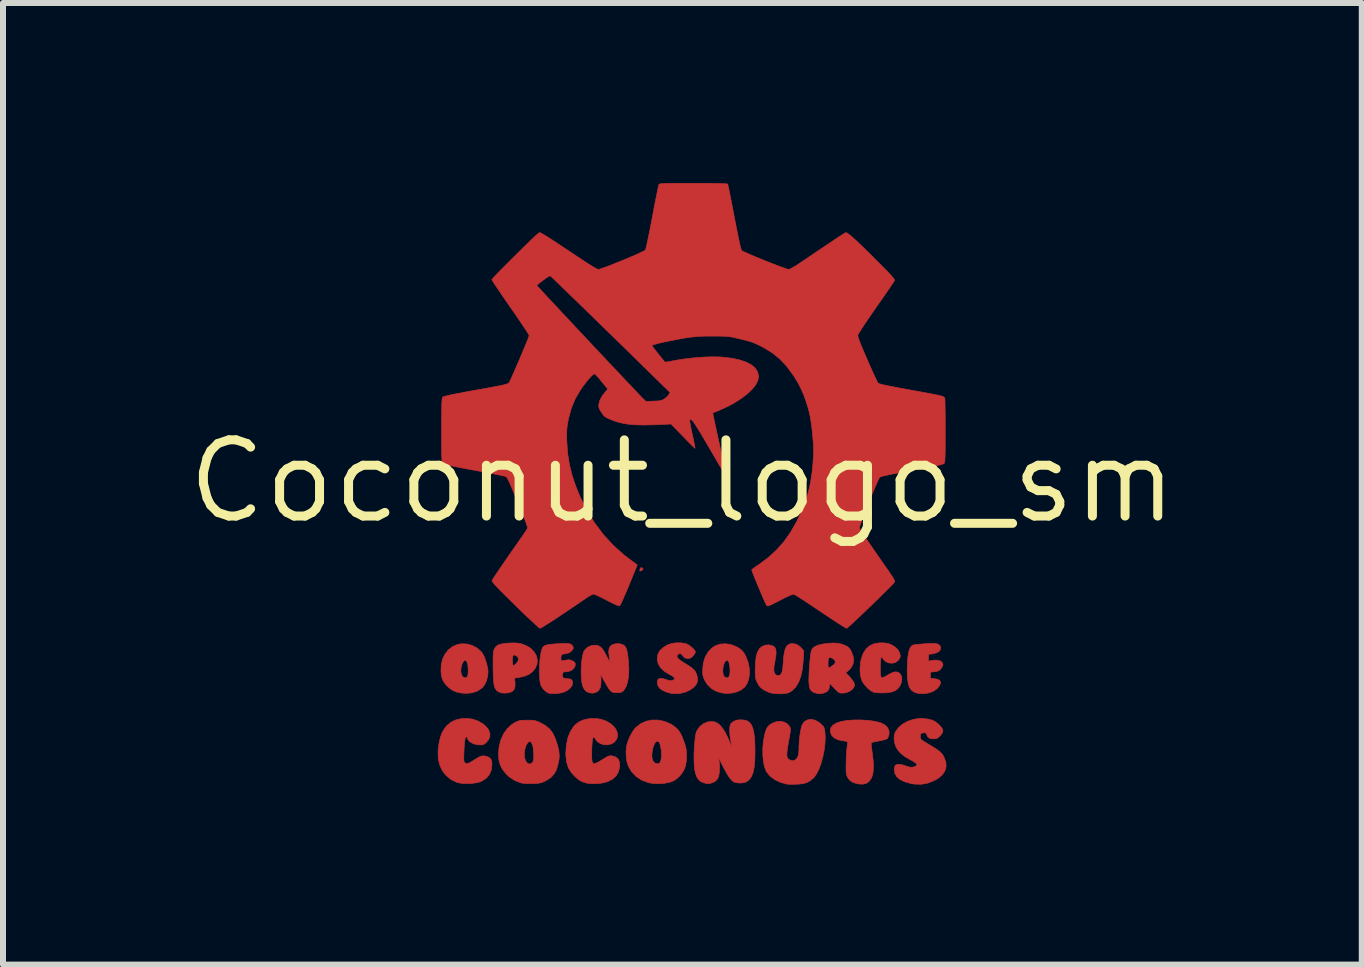
<source format=kicad_pcb>
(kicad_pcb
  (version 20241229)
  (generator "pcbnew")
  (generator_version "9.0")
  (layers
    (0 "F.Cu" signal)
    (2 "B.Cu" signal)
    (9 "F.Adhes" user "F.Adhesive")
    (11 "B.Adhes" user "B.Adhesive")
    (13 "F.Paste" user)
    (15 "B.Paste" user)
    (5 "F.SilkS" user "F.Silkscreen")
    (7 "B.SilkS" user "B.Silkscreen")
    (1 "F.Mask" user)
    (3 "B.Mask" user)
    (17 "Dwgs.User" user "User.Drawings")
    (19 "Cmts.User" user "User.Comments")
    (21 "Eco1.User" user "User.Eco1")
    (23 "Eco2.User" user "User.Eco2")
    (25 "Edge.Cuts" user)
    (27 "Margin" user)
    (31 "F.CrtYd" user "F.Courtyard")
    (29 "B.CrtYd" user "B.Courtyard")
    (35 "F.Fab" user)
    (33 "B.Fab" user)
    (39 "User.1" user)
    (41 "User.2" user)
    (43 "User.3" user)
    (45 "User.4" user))
  (footprint "Coconut_logo_sm"
    (layer "F.Cu")
    (at 8.323 4.971)
    (property "Reference" "Coconut_logo_sm" (at 0 0 0) (layer "F.SilkS") (effects (font (size 1.27 1.27) (thickness 0.15))))
    (attr through_hole)
    (fp_poly (pts (xy -0.669 1.446) (xy -0.668 1.447) (xy -0.654 1.462) (xy -0.662 1.475) (xy -0.67 1.481) (xy -0.697 1.497) (xy -0.71 1.492) (xy -0.711 1.483) (xy -0.704 1.458) (xy -0.699 1.449) (xy -0.687 1.437) (xy -0.669 1.446)) (stroke (width 0.01) (type solid)) (fill yes) (layer "F.Cu"))
    (fp_poly (pts (xy -3.593 2.712) (xy -3.505 2.736) (xy -3.424 2.778) (xy -3.357 2.836) (xy -3.331 2.87) (xy -3.306 2.915) (xy -3.282 2.977) (xy -3.261 3.046) (xy -3.246 3.113) (xy -3.239 3.168) (xy -3.239 3.174) (xy -3.246 3.25) (xy -3.265 3.324) (xy -3.295 3.389) (xy -3.331 3.437) (xy -3.336 3.442) (xy -3.415 3.495) (xy -3.505 3.526) (xy -3.608 3.535) (xy -3.685 3.529) (xy -3.763 3.513) (xy -3.826 3.487) (xy -3.884 3.446) (xy -3.906 3.427) (xy -3.96 3.369) (xy -3.996 3.309) (xy -4.016 3.239) (xy -4.023 3.173) (xy -4.023 3.17) (xy -3.693 3.17) (xy -3.683 3.221) (xy -3.661 3.258) (xy -3.63 3.276) (xy -3.619 3.277) (xy -3.594 3.266) (xy -3.582 3.252) (xy -3.573 3.221) (xy -3.57 3.174) (xy -3.57 3.12) (xy -3.575 3.067) (xy -3.582 3.032) (xy -3.598 2.997) (xy -3.618 2.984) (xy -3.64 2.992) (xy -3.661 3.02) (xy -3.679 3.065) (xy -3.689 3.108) (xy -3.693 3.17) (xy -4.023 3.17) (xy -4.02 3.065) (xy -3.997 2.967) (xy -3.956 2.881) (xy -3.9 2.81) (xy -3.83 2.755) (xy -3.747 2.72) (xy -3.684 2.709) (xy -3.593 2.712)) (stroke (width 0.01) (type solid)) (fill yes) (layer "F.Cu"))
    (fp_poly (pts (xy 0.81 2.722) (xy 0.899 2.756) (xy 0.947 2.784) (xy 0.993 2.821) (xy 1.03 2.867) (xy 1.061 2.926) (xy 1.091 3.006) (xy 1.094 3.014) (xy 1.114 3.106) (xy 1.119 3.199) (xy 1.108 3.286) (xy 1.082 3.364) (xy 1.043 3.425) (xy 1.041 3.427) (xy 0.98 3.477) (xy 0.901 3.512) (xy 0.811 3.532) (xy 0.714 3.534) (xy 0.67 3.53) (xy 0.572 3.503) (xy 0.488 3.457) (xy 0.419 3.391) (xy 0.372 3.317) (xy 0.354 3.276) (xy 0.343 3.24) (xy 0.338 3.198) (xy 0.338 3.158) (xy 0.673 3.158) (xy 0.679 3.218) (xy 0.698 3.257) (xy 0.729 3.275) (xy 0.744 3.277) (xy 0.765 3.272) (xy 0.778 3.253) (xy 0.788 3.223) (xy 0.794 3.183) (xy 0.794 3.132) (xy 0.789 3.08) (xy 0.78 3.033) (xy 0.769 3.001) (xy 0.763 2.994) (xy 0.741 2.984) (xy 0.719 2.996) (xy 0.7 3.026) (xy 0.684 3.07) (xy 0.675 3.123) (xy 0.673 3.158) (xy 0.338 3.158) (xy 0.338 3.141) (xy 0.338 3.137) (xy 0.349 3.03) (xy 0.379 2.933) (xy 0.426 2.85) (xy 0.488 2.782) (xy 0.55 2.741) (xy 0.63 2.714) (xy 0.718 2.708) (xy 0.81 2.722)) (stroke (width 0.01) (type solid)) (fill yes) (layer "F.Cu"))
    (fp_poly (pts (xy 4.21 2.703) (xy 4.262 2.715) (xy 4.294 2.741) (xy 4.305 2.777) (xy 4.297 2.812) (xy 4.275 2.838) (xy 4.232 2.86) (xy 4.172 2.875) (xy 4.162 2.877) (xy 4.102 2.886) (xy 4.102 2.999) (xy 4.143 2.989) (xy 4.206 2.98) (xy 4.262 2.984) (xy 4.307 2.999) (xy 4.335 3.025) (xy 4.343 3.054) (xy 4.335 3.083) (xy 4.315 3.117) (xy 4.307 3.127) (xy 4.279 3.153) (xy 4.247 3.167) (xy 4.202 3.175) (xy 4.134 3.181) (xy 4.134 3.283) (xy 4.202 3.29) (xy 4.254 3.3) (xy 4.284 3.317) (xy 4.288 3.321) (xy 4.302 3.344) (xy 4.303 3.365) (xy 4.291 3.394) (xy 4.286 3.404) (xy 4.246 3.455) (xy 4.188 3.496) (xy 4.116 3.525) (xy 4.037 3.54) (xy 3.955 3.539) (xy 3.899 3.528) (xy 3.849 3.507) (xy 3.81 3.474) (xy 3.781 3.426) (xy 3.762 3.361) (xy 3.75 3.277) (xy 3.747 3.17) (xy 3.747 3.159) (xy 3.75 3.027) (xy 3.759 2.919) (xy 3.774 2.836) (xy 3.796 2.776) (xy 3.824 2.74) (xy 3.839 2.732) (xy 3.865 2.726) (xy 3.91 2.72) (xy 3.968 2.714) (xy 4.031 2.709) (xy 4.095 2.705) (xy 4.152 2.703) (xy 4.197 2.702) (xy 4.21 2.703)) (stroke (width 0.01) (type solid)) (fill yes) (layer "F.Cu"))
    (fp_poly (pts (xy 1.898 2.716) (xy 1.955 2.751) (xy 1.988 2.784) (xy 2.023 2.825) (xy 2.015 2.978) (xy 2.001 3.123) (xy 1.975 3.248) (xy 1.936 3.352) (xy 1.886 3.434) (xy 1.823 3.494) (xy 1.769 3.525) (xy 1.728 3.535) (xy 1.671 3.54) (xy 1.605 3.542) (xy 1.54 3.538) (xy 1.482 3.53) (xy 1.478 3.529) (xy 1.438 3.516) (xy 1.39 3.494) (xy 1.358 3.476) (xy 1.313 3.445) (xy 1.281 3.411) (xy 1.253 3.363) (xy 1.251 3.36) (xy 1.235 3.327) (xy 1.224 3.298) (xy 1.218 3.268) (xy 1.214 3.23) (xy 1.214 3.178) (xy 1.214 3.131) (xy 1.218 3.016) (xy 1.23 2.923) (xy 1.25 2.851) (xy 1.28 2.796) (xy 1.321 2.758) (xy 1.372 2.734) (xy 1.381 2.731) (xy 1.442 2.726) (xy 1.5 2.74) (xy 1.538 2.764) (xy 1.555 2.795) (xy 1.562 2.846) (xy 1.557 2.916) (xy 1.543 2.997) (xy 1.527 3.085) (xy 1.524 3.152) (xy 1.534 3.2) (xy 1.557 3.228) (xy 1.593 3.238) (xy 1.596 3.238) (xy 1.625 3.232) (xy 1.647 3.211) (xy 1.663 3.173) (xy 1.673 3.115) (xy 1.68 3.035) (xy 1.68 3.033) (xy 1.688 2.928) (xy 1.7 2.847) (xy 1.718 2.786) (xy 1.742 2.744) (xy 1.774 2.718) (xy 1.813 2.706) (xy 1.833 2.705) (xy 1.898 2.716)) (stroke (width 0.01) (type solid)) (fill yes) (layer "F.Cu"))
    (fp_poly (pts (xy 3.385 2.696) (xy 3.447 2.71) (xy 3.503 2.735) (xy 3.538 2.757) (xy 3.587 2.801) (xy 3.619 2.855) (xy 3.632 2.91) (xy 3.632 2.913) (xy 3.624 2.944) (xy 3.603 2.978) (xy 3.597 2.986) (xy 3.553 3.018) (xy 3.5 3.032) (xy 3.444 3.028) (xy 3.393 3.008) (xy 3.353 2.972) (xy 3.342 2.953) (xy 3.328 2.931) (xy 3.317 2.929) (xy 3.309 2.949) (xy 3.303 2.991) (xy 3.3 3.057) (xy 3.299 3.098) (xy 3.298 3.174) (xy 3.301 3.227) (xy 3.309 3.259) (xy 3.324 3.272) (xy 3.35 3.269) (xy 3.387 3.251) (xy 3.425 3.228) (xy 3.49 3.193) (xy 3.541 3.177) (xy 3.583 3.179) (xy 3.618 3.198) (xy 3.626 3.206) (xy 3.651 3.248) (xy 3.658 3.302) (xy 3.646 3.364) (xy 3.629 3.404) (xy 3.595 3.453) (xy 3.549 3.488) (xy 3.487 3.512) (xy 3.406 3.524) (xy 3.354 3.527) (xy 3.296 3.527) (xy 3.243 3.524) (xy 3.203 3.52) (xy 3.192 3.517) (xy 3.144 3.494) (xy 3.093 3.453) (xy 3.045 3.402) (xy 3.006 3.348) (xy 2.985 3.307) (xy 2.965 3.224) (xy 2.96 3.126) (xy 2.969 3.021) (xy 2.979 2.971) (xy 3.011 2.874) (xy 3.058 2.798) (xy 3.12 2.743) (xy 3.197 2.707) (xy 3.288 2.693) (xy 3.309 2.692) (xy 3.385 2.696)) (stroke (width 0.01) (type solid)) (fill yes) (layer "F.Cu"))
    (fp_poly (pts (xy -2.742 2.698) (xy -2.684 2.709) (xy -2.682 2.71) (xy -2.596 2.742) (xy -2.525 2.787) (xy -2.471 2.843) (xy -2.435 2.906) (xy -2.418 2.974) (xy -2.422 3.043) (xy -2.448 3.11) (xy -2.494 3.17) (xy -2.552 3.215) (xy -2.628 3.248) (xy -2.723 3.27) (xy -2.742 3.273) (xy -2.797 3.28) (xy -2.79 3.349) (xy -2.789 3.419) (xy -2.805 3.47) (xy -2.838 3.505) (xy -2.89 3.524) (xy -2.963 3.531) (xy -3.02 3.526) (xy -3.064 3.508) (xy -3.074 3.502) (xy -3.098 3.482) (xy -3.117 3.457) (xy -3.131 3.424) (xy -3.141 3.379) (xy -3.148 3.319) (xy -3.152 3.241) (xy -3.154 3.143) (xy -3.155 3.092) (xy -3.155 3.005) (xy -3.155 2.985) (xy -2.832 2.985) (xy -2.83 3.034) (xy -2.825 3.065) (xy -2.818 3.073) (xy -2.802 3.065) (xy -2.776 3.044) (xy -2.768 3.036) (xy -2.739 2.996) (xy -2.732 2.958) (xy -2.748 2.925) (xy -2.759 2.915) (xy -2.792 2.896) (xy -2.814 2.895) (xy -2.826 2.914) (xy -2.832 2.956) (xy -2.832 2.985) (xy -3.155 2.985) (xy -3.155 2.939) (xy -3.153 2.89) (xy -3.15 2.854) (xy -3.146 2.828) (xy -3.139 2.808) (xy -3.13 2.789) (xy -3.129 2.788) (xy -3.108 2.756) (xy -3.08 2.733) (xy -3.04 2.717) (xy -2.984 2.706) (xy -2.908 2.698) (xy -2.883 2.696) (xy -2.805 2.694) (xy -2.742 2.698)) (stroke (width 0.01) (type solid)) (fill yes) (layer "F.Cu"))
    (fp_poly (pts (xy 2.98 3.978) (xy 3.112 3.987) (xy 3.221 4.003) (xy 3.308 4.027) (xy 3.373 4.06) (xy 3.417 4.102) (xy 3.441 4.151) (xy 3.446 4.195) (xy 3.438 4.242) (xy 3.421 4.28) (xy 3.41 4.292) (xy 3.391 4.301) (xy 3.352 4.312) (xy 3.301 4.323) (xy 3.268 4.33) (xy 3.21 4.34) (xy 3.174 4.349) (xy 3.154 4.358) (xy 3.146 4.368) (xy 3.145 4.376) (xy 3.148 4.398) (xy 3.153 4.439) (xy 3.16 4.493) (xy 3.169 4.555) (xy 3.169 4.558) (xy 3.182 4.68) (xy 3.185 4.781) (xy 3.176 4.864) (xy 3.157 4.931) (xy 3.151 4.944) (xy 3.115 4.999) (xy 3.069 5.033) (xy 3.01 5.048) (xy 2.935 5.045) (xy 2.919 5.042) (xy 2.844 5.02) (xy 2.789 4.983) (xy 2.753 4.934) (xy 2.742 4.91) (xy 2.735 4.885) (xy 2.73 4.853) (xy 2.728 4.808) (xy 2.728 4.746) (xy 2.729 4.71) (xy 2.73 4.636) (xy 2.734 4.561) (xy 2.738 4.494) (xy 2.743 4.444) (xy 2.743 4.443) (xy 2.749 4.397) (xy 2.753 4.361) (xy 2.755 4.343) (xy 2.756 4.342) (xy 2.744 4.337) (xy 2.714 4.331) (xy 2.68 4.326) (xy 2.599 4.31) (xy 2.535 4.28) (xy 2.49 4.238) (xy 2.467 4.186) (xy 2.464 4.156) (xy 2.476 4.106) (xy 2.511 4.063) (xy 2.569 4.029) (xy 2.648 4.003) (xy 2.748 3.986) (xy 2.867 3.978) (xy 2.98 3.978)) (stroke (width 0.01) (type solid)) (fill yes) (layer "F.Cu"))
    (fp_poly (pts (xy -0.405 3.98) (xy -0.301 4.001) (xy -0.201 4.043) (xy -0.166 4.064) (xy -0.114 4.102) (xy -0.072 4.142) (xy -0.038 4.191) (xy -0.007 4.253) (xy 0.022 4.327) (xy 0.044 4.39) (xy 0.058 4.44) (xy 0.065 4.487) (xy 0.068 4.54) (xy 0.069 4.566) (xy 0.065 4.667) (xy 0.05 4.75) (xy 0.022 4.82) (xy -0.019 4.882) (xy -0.051 4.917) (xy -0.095 4.958) (xy -0.134 4.986) (xy -0.179 5.005) (xy -0.209 5.015) (xy -0.299 5.034) (xy -0.4 5.041) (xy -0.5 5.035) (xy -0.57 5.022) (xy -0.678 4.981) (xy -0.77 4.921) (xy -0.844 4.843) (xy -0.899 4.752) (xy -0.923 4.679) (xy -0.936 4.592) (xy -0.936 4.588) (xy -0.509 4.588) (xy -0.503 4.628) (xy -0.484 4.671) (xy -0.454 4.699) (xy -0.42 4.71) (xy -0.387 4.701) (xy -0.376 4.693) (xy -0.361 4.663) (xy -0.351 4.615) (xy -0.347 4.556) (xy -0.351 4.491) (xy -0.356 4.458) (xy -0.368 4.398) (xy -0.381 4.359) (xy -0.396 4.338) (xy -0.416 4.331) (xy -0.419 4.331) (xy -0.443 4.342) (xy -0.465 4.374) (xy -0.484 4.42) (xy -0.499 4.475) (xy -0.507 4.533) (xy -0.509 4.588) (xy -0.936 4.588) (xy -0.939 4.5) (xy -0.93 4.412) (xy -0.928 4.405) (xy -0.906 4.329) (xy -0.872 4.25) (xy -0.832 4.177) (xy -0.788 4.116) (xy -0.774 4.102) (xy -0.696 4.041) (xy -0.606 4) (xy -0.507 3.979) (xy -0.405 3.98)) (stroke (width 0.01) (type solid)) (fill yes) (layer "F.Cu"))
    (fp_poly (pts (xy -1.427 3.955) (xy -1.343 3.97) (xy -1.266 3.999) (xy -1.199 4.038) (xy -1.144 4.086) (xy -1.105 4.139) (xy -1.083 4.196) (xy -1.081 4.255) (xy -1.098 4.304) (xy -1.134 4.349) (xy -1.185 4.378) (xy -1.244 4.392) (xy -1.306 4.391) (xy -1.365 4.373) (xy -1.415 4.341) (xy -1.447 4.3) (xy -1.464 4.275) (xy -1.479 4.263) (xy -1.48 4.262) (xy -1.49 4.273) (xy -1.499 4.309) (xy -1.505 4.368) (xy -1.51 4.449) (xy -1.511 4.526) (xy -1.511 4.606) (xy -1.507 4.661) (xy -1.496 4.695) (xy -1.476 4.708) (xy -1.444 4.701) (xy -1.397 4.678) (xy -1.332 4.638) (xy -1.327 4.635) (xy -1.276 4.604) (xy -1.241 4.585) (xy -1.213 4.576) (xy -1.188 4.575) (xy -1.177 4.576) (xy -1.116 4.593) (xy -1.073 4.625) (xy -1.05 4.674) (xy -1.044 4.74) (xy -1.046 4.759) (xy -1.065 4.842) (xy -1.104 4.91) (xy -1.165 4.965) (xy -1.246 5.005) (xy -1.301 5.022) (xy -1.368 5.034) (xy -1.444 5.04) (xy -1.521 5.039) (xy -1.588 5.032) (xy -1.619 5.024) (xy -1.673 5.005) (xy -1.717 4.981) (xy -1.761 4.947) (xy -1.788 4.923) (xy -1.855 4.85) (xy -1.902 4.77) (xy -1.93 4.68) (xy -1.942 4.574) (xy -1.943 4.537) (xy -1.934 4.399) (xy -1.909 4.276) (xy -1.867 4.171) (xy -1.809 4.083) (xy -1.786 4.059) (xy -1.727 4.012) (xy -1.655 3.979) (xy -1.568 3.959) (xy -1.516 3.954) (xy -1.427 3.955)) (stroke (width 0.01) (type solid)) (fill yes) (layer "F.Cu"))
    (fp_poly (pts (xy -2.524 3.982) (xy -2.481 3.985) (xy -2.446 3.992) (xy -2.41 4.005) (xy -2.365 4.026) (xy -2.362 4.027) (xy -2.277 4.075) (xy -2.213 4.129) (xy -2.163 4.194) (xy -2.123 4.277) (xy -2.12 4.284) (xy -2.081 4.398) (xy -2.058 4.496) (xy -2.052 4.58) (xy -2.056 4.633) (xy -2.077 4.736) (xy -2.104 4.818) (xy -2.141 4.882) (xy -2.189 4.934) (xy -2.252 4.977) (xy -2.283 4.994) (xy -2.324 5.013) (xy -2.358 5.025) (xy -2.394 5.032) (xy -2.44 5.036) (xy -2.501 5.038) (xy -2.563 5.038) (xy -2.62 5.036) (xy -2.665 5.032) (xy -2.684 5.029) (xy -2.789 4.989) (xy -2.884 4.928) (xy -2.938 4.877) (xy -2.998 4.802) (xy -3.037 4.726) (xy -3.059 4.641) (xy -3.065 4.547) (xy -3.064 4.538) (xy -2.635 4.538) (xy -2.634 4.592) (xy -2.63 4.61) (xy -2.612 4.661) (xy -2.585 4.696) (xy -2.554 4.712) (xy -2.523 4.707) (xy -2.494 4.68) (xy -2.494 4.68) (xy -2.484 4.658) (xy -2.479 4.629) (xy -2.477 4.587) (xy -2.479 4.531) (xy -2.486 4.445) (xy -2.5 4.385) (xy -2.52 4.349) (xy -2.546 4.337) (xy -2.571 4.349) (xy -2.594 4.38) (xy -2.614 4.426) (xy -2.628 4.48) (xy -2.635 4.538) (xy -3.064 4.538) (xy -3.055 4.426) (xy -3.027 4.314) (xy -2.982 4.213) (xy -2.921 4.126) (xy -2.847 4.056) (xy -2.783 4.017) (xy -2.746 4) (xy -2.712 3.99) (xy -2.674 3.984) (xy -2.623 3.982) (xy -2.584 3.982) (xy -2.524 3.982)) (stroke (width 0.01) (type solid)) (fill yes) (layer "F.Cu"))
    (fp_poly (pts (xy 0.042 2.702) (xy 0.073 2.712) (xy 0.109 2.732) (xy 0.147 2.76) (xy 0.182 2.792) (xy 0.207 2.821) (xy 0.216 2.842) (xy 0.207 2.871) (xy 0.183 2.904) (xy 0.154 2.933) (xy 0.13 2.948) (xy 0.081 2.955) (xy 0.038 2.942) (xy 0.007 2.909) (xy 0.006 2.907) (xy -0.019 2.878) (xy -0.048 2.871) (xy -0.074 2.885) (xy -0.088 2.906) (xy -0.089 2.928) (xy -0.073 2.953) (xy -0.039 2.982) (xy 0.015 3.019) (xy 0.075 3.055) (xy 0.142 3.099) (xy 0.191 3.139) (xy 0.212 3.165) (xy 0.239 3.221) (xy 0.253 3.284) (xy 0.25 3.342) (xy 0.249 3.345) (xy 0.224 3.396) (xy 0.179 3.442) (xy 0.118 3.483) (xy 0.047 3.514) (xy -0.031 3.534) (xy -0.076 3.538) (xy -0.123 3.539) (xy -0.163 3.538) (xy -0.184 3.536) (xy -0.273 3.51) (xy -0.338 3.48) (xy -0.383 3.445) (xy -0.408 3.404) (xy -0.414 3.383) (xy -0.417 3.332) (xy -0.405 3.299) (xy -0.376 3.285) (xy -0.329 3.287) (xy -0.274 3.304) (xy -0.227 3.319) (xy -0.196 3.325) (xy -0.172 3.322) (xy -0.16 3.318) (xy -0.134 3.3) (xy -0.13 3.281) (xy -0.149 3.259) (xy -0.191 3.232) (xy -0.213 3.221) (xy -0.3 3.168) (xy -0.363 3.108) (xy -0.403 3.042) (xy -0.419 2.967) (xy -0.419 2.953) (xy -0.409 2.885) (xy -0.378 2.826) (xy -0.325 2.775) (xy -0.248 2.728) (xy -0.235 2.722) (xy -0.174 2.703) (xy -0.102 2.693) (xy -0.026 2.693) (xy 0.042 2.702)) (stroke (width 0.01) (type solid)) (fill yes) (layer "F.Cu"))
    (fp_poly (pts (xy -1.914 2.704) (xy -1.879 2.709) (xy -1.856 2.718) (xy -1.839 2.732) (xy -1.838 2.733) (xy -1.819 2.763) (xy -1.821 2.792) (xy -1.845 2.825) (xy -1.851 2.831) (xy -1.89 2.859) (xy -1.942 2.873) (xy -1.951 2.875) (xy -1.99 2.881) (xy -2.01 2.889) (xy -2.019 2.906) (xy -2.023 2.931) (xy -2.024 2.964) (xy -2.021 2.986) (xy -2.02 2.988) (xy -2.003 2.991) (xy -1.971 2.988) (xy -1.948 2.983) (xy -1.905 2.975) (xy -1.874 2.977) (xy -1.842 2.989) (xy -1.838 2.99) (xy -1.801 3.012) (xy -1.785 3.037) (xy -1.787 3.071) (xy -1.789 3.082) (xy -1.812 3.121) (xy -1.852 3.153) (xy -1.904 3.172) (xy -1.937 3.175) (xy -1.971 3.177) (xy -1.988 3.185) (xy -1.997 3.206) (xy -1.999 3.215) (xy -2 3.255) (xy -1.982 3.279) (xy -1.944 3.289) (xy -1.928 3.289) (xy -1.876 3.294) (xy -1.844 3.311) (xy -1.83 3.34) (xy -1.829 3.358) (xy -1.841 3.408) (xy -1.875 3.453) (xy -1.926 3.491) (xy -1.993 3.52) (xy -2.07 3.536) (xy -2.102 3.539) (xy -2.153 3.539) (xy -2.2 3.536) (xy -2.229 3.531) (xy -2.272 3.507) (xy -2.314 3.468) (xy -2.348 3.421) (xy -2.36 3.393) (xy -2.373 3.337) (xy -2.38 3.262) (xy -2.383 3.175) (xy -2.381 3.081) (xy -2.375 2.989) (xy -2.365 2.903) (xy -2.35 2.83) (xy -2.346 2.815) (xy -2.334 2.78) (xy -2.316 2.755) (xy -2.289 2.737) (xy -2.248 2.725) (xy -2.191 2.716) (xy -2.118 2.71) (xy -2.03 2.705) (xy -1.963 2.702) (xy -1.914 2.704)) (stroke (width 0.01) (type solid)) (fill yes) (layer "F.Cu"))
    (fp_poly (pts (xy -3.494 3.965) (xy -3.403 3.997) (xy -3.32 4.046) (xy -3.279 4.08) (xy -3.231 4.14) (xy -3.208 4.2) (xy -3.209 4.259) (xy -3.236 4.316) (xy -3.273 4.357) (xy -3.3 4.379) (xy -3.324 4.39) (xy -3.354 4.394) (xy -3.398 4.392) (xy -3.47 4.379) (xy -3.528 4.352) (xy -3.569 4.313) (xy -3.581 4.287) (xy -3.592 4.263) (xy -3.602 4.259) (xy -3.612 4.268) (xy -3.62 4.285) (xy -3.627 4.32) (xy -3.633 4.375) (xy -3.638 4.453) (xy -3.639 4.478) (xy -3.642 4.552) (xy -3.644 4.605) (xy -3.643 4.642) (xy -3.64 4.665) (xy -3.634 4.681) (xy -3.626 4.691) (xy -3.606 4.704) (xy -3.581 4.704) (xy -3.546 4.691) (xy -3.498 4.663) (xy -3.486 4.655) (xy -3.427 4.618) (xy -3.383 4.594) (xy -3.348 4.58) (xy -3.319 4.576) (xy -3.288 4.579) (xy -3.286 4.579) (xy -3.245 4.592) (xy -3.209 4.613) (xy -3.205 4.617) (xy -3.188 4.639) (xy -3.179 4.665) (xy -3.175 4.704) (xy -3.175 4.727) (xy -3.186 4.816) (xy -3.219 4.891) (xy -3.272 4.952) (xy -3.346 4.998) (xy -3.377 5.011) (xy -3.437 5.026) (xy -3.51 5.035) (xy -3.589 5.038) (xy -3.665 5.036) (xy -3.729 5.026) (xy -3.755 5.019) (xy -3.855 4.971) (xy -3.937 4.905) (xy -4.001 4.823) (xy -4.045 4.727) (xy -4.07 4.619) (xy -4.072 4.5) (xy -4.071 4.483) (xy -4.056 4.363) (xy -4.032 4.263) (xy -4 4.18) (xy -3.956 4.109) (xy -3.928 4.075) (xy -3.859 4.017) (xy -3.777 3.978) (xy -3.686 3.956) (xy -3.59 3.952) (xy -3.494 3.965)) (stroke (width 0.01) (type solid)) (fill yes) (layer "F.Cu"))
    (fp_poly (pts (xy -1 2.72) (xy -0.989 2.725) (xy -0.963 2.743) (xy -0.943 2.771) (xy -0.927 2.81) (xy -0.915 2.866) (xy -0.905 2.942) (xy -0.9 2.992) (xy -0.892 3.127) (xy -0.897 3.246) (xy -0.913 3.346) (xy -0.94 3.427) (xy -0.978 3.486) (xy -0.991 3.499) (xy -1.014 3.514) (xy -1.046 3.521) (xy -1.094 3.523) (xy -1.096 3.523) (xy -1.141 3.521) (xy -1.169 3.514) (xy -1.19 3.5) (xy -1.21 3.478) (xy -1.231 3.449) (xy -1.259 3.403) (xy -1.29 3.35) (xy -1.309 3.315) (xy -1.334 3.269) (xy -1.352 3.237) (xy -1.363 3.221) (xy -1.364 3.224) (xy -1.357 3.271) (xy -1.356 3.331) (xy -1.36 3.392) (xy -1.369 3.441) (xy -1.371 3.445) (xy -1.397 3.489) (xy -1.44 3.518) (xy -1.492 3.531) (xy -1.548 3.526) (xy -1.595 3.507) (xy -1.63 3.473) (xy -1.657 3.427) (xy -1.672 3.373) (xy -1.682 3.302) (xy -1.687 3.219) (xy -1.687 3.132) (xy -1.682 3.045) (xy -1.682 3.042) (xy -1.206 3.042) (xy -1.2 3.048) (xy -1.194 3.042) (xy -1.2 3.035) (xy -1.206 3.042) (xy -1.682 3.042) (xy -1.673 2.963) (xy -1.66 2.892) (xy -1.643 2.838) (xy -1.633 2.819) (xy -1.586 2.77) (xy -1.524 2.74) (xy -1.456 2.731) (xy -1.412 2.736) (xy -1.374 2.754) (xy -1.338 2.787) (xy -1.302 2.84) (xy -1.264 2.911) (xy -1.237 2.965) (xy -1.219 2.996) (xy -1.21 3.004) (xy -1.209 2.989) (xy -1.214 2.951) (xy -1.221 2.908) (xy -1.228 2.837) (xy -1.22 2.783) (xy -1.198 2.745) (xy -1.167 2.724) (xy -1.115 2.708) (xy -1.055 2.707) (xy -1 2.72)) (stroke (width 0.01) (type solid)) (fill yes) (layer "F.Cu"))
    (fp_poly (pts (xy 2.206 3.98) (xy 2.269 4.012) (xy 2.309 4.044) (xy 2.341 4.077) (xy 2.36 4.104) (xy 2.37 4.137) (xy 2.376 4.18) (xy 2.381 4.275) (xy 2.376 4.379) (xy 2.362 4.487) (xy 2.34 4.595) (xy 2.312 4.698) (xy 2.278 4.791) (xy 2.24 4.87) (xy 2.198 4.931) (xy 2.178 4.952) (xy 2.124 4.994) (xy 2.072 5.022) (xy 2.015 5.039) (xy 1.944 5.047) (xy 1.899 5.049) (xy 1.841 5.05) (xy 1.79 5.05) (xy 1.752 5.048) (xy 1.74 5.047) (xy 1.632 5.017) (xy 1.538 4.972) (xy 1.462 4.915) (xy 1.405 4.846) (xy 1.394 4.826) (xy 1.368 4.755) (xy 1.35 4.667) (xy 1.341 4.566) (xy 1.34 4.458) (xy 1.348 4.35) (xy 1.365 4.248) (xy 1.379 4.19) (xy 1.399 4.133) (xy 1.422 4.092) (xy 1.452 4.062) (xy 1.497 4.034) (xy 1.497 4.034) (xy 1.567 4.007) (xy 1.637 4.001) (xy 1.7 4.015) (xy 1.754 4.047) (xy 1.79 4.092) (xy 1.797 4.107) (xy 1.8 4.125) (xy 1.8 4.15) (xy 1.796 4.187) (xy 1.788 4.239) (xy 1.775 4.312) (xy 1.774 4.314) (xy 1.758 4.407) (xy 1.747 4.479) (xy 1.742 4.532) (xy 1.741 4.571) (xy 1.747 4.599) (xy 1.757 4.619) (xy 1.773 4.635) (xy 1.818 4.657) (xy 1.86 4.656) (xy 1.893 4.635) (xy 1.915 4.607) (xy 1.93 4.574) (xy 1.939 4.529) (xy 1.943 4.467) (xy 1.943 4.428) (xy 1.946 4.357) (xy 1.952 4.28) (xy 1.963 4.204) (xy 1.975 4.136) (xy 1.989 4.081) (xy 2 4.051) (xy 2.038 4.003) (xy 2.087 3.976) (xy 2.144 3.968) (xy 2.206 3.98)) (stroke (width 0.01) (type solid)) (fill yes) (layer "F.Cu"))
    (fp_poly (pts (xy 2.582 2.699) (xy 2.655 2.714) (xy 2.715 2.737) (xy 2.758 2.76) (xy 2.786 2.788) (xy 2.812 2.829) (xy 2.813 2.832) (xy 2.846 2.917) (xy 2.855 2.994) (xy 2.839 3.062) (xy 2.8 3.123) (xy 2.772 3.15) (xy 2.722 3.192) (xy 2.771 3.241) (xy 2.818 3.294) (xy 2.852 3.343) (xy 2.868 3.384) (xy 2.87 3.397) (xy 2.857 3.436) (xy 2.826 3.473) (xy 2.78 3.503) (xy 2.726 3.524) (xy 2.675 3.531) (xy 2.644 3.53) (xy 2.62 3.525) (xy 2.598 3.512) (xy 2.571 3.489) (xy 2.533 3.45) (xy 2.531 3.447) (xy 2.451 3.364) (xy 2.451 3.416) (xy 2.442 3.466) (xy 2.415 3.502) (xy 2.366 3.526) (xy 2.353 3.53) (xy 2.31 3.54) (xy 2.275 3.54) (xy 2.242 3.535) (xy 2.189 3.519) (xy 2.151 3.495) (xy 2.127 3.459) (xy 2.114 3.408) (xy 2.108 3.337) (xy 2.108 3.312) (xy 2.11 3.241) (xy 2.113 3.161) (xy 2.118 3.079) (xy 2.119 3.069) (xy 2.428 3.069) (xy 2.431 3.099) (xy 2.436 3.111) (xy 2.436 3.111) (xy 2.453 3.105) (xy 2.481 3.088) (xy 2.489 3.083) (xy 2.529 3.052) (xy 2.548 3.026) (xy 2.546 2.999) (xy 2.532 2.975) (xy 2.499 2.947) (xy 2.469 2.94) (xy 2.449 2.941) (xy 2.438 2.948) (xy 2.432 2.966) (xy 2.429 3.001) (xy 2.428 3.026) (xy 2.428 3.069) (xy 2.119 3.069) (xy 2.125 2.999) (xy 2.132 2.928) (xy 2.14 2.869) (xy 2.148 2.829) (xy 2.15 2.823) (xy 2.172 2.784) (xy 2.211 2.753) (xy 2.269 2.729) (xy 2.349 2.711) (xy 2.399 2.704) (xy 2.499 2.696) (xy 2.582 2.699)) (stroke (width 0.01) (type solid)) (fill yes) (layer "F.Cu"))
    (fp_poly (pts (xy 1.031 3.98) (xy 1.08 3.994) (xy 1.119 4.02) (xy 1.151 4.061) (xy 1.174 4.117) (xy 1.191 4.191) (xy 1.203 4.284) (xy 1.209 4.399) (xy 1.21 4.528) (xy 1.207 4.657) (xy 1.197 4.764) (xy 1.179 4.85) (xy 1.153 4.918) (xy 1.118 4.969) (xy 1.074 5.005) (xy 1.029 5.022) (xy 0.97 5.029) (xy 0.909 5.026) (xy 0.866 5.015) (xy 0.831 4.992) (xy 0.79 4.946) (xy 0.744 4.876) (xy 0.694 4.786) (xy 0.664 4.728) (xy 0.64 4.679) (xy 0.62 4.64) (xy 0.607 4.616) (xy 0.603 4.61) (xy 0.604 4.621) (xy 0.609 4.649) (xy 0.612 4.664) (xy 0.619 4.717) (xy 0.62 4.781) (xy 0.616 4.846) (xy 0.607 4.905) (xy 0.593 4.948) (xy 0.592 4.951) (xy 0.557 4.992) (xy 0.517 5.017) (xy 0.461 5.037) (xy 0.409 5.039) (xy 0.352 5.024) (xy 0.305 5.003) (xy 0.273 4.977) (xy 0.246 4.936) (xy 0.239 4.924) (xy 0.216 4.86) (xy 0.201 4.773) (xy 0.194 4.664) (xy 0.194 4.536) (xy 0.2 4.423) (xy 0.207 4.339) (xy 0.213 4.277) (xy 0.22 4.23) (xy 0.228 4.195) (xy 0.238 4.167) (xy 0.244 4.154) (xy 0.288 4.091) (xy 0.347 4.043) (xy 0.414 4.013) (xy 0.486 4.003) (xy 0.546 4.012) (xy 0.599 4.04) (xy 0.653 4.094) (xy 0.706 4.171) (xy 0.757 4.273) (xy 0.795 4.362) (xy 0.81 4.4) (xy 0.821 4.425) (xy 0.825 4.432) (xy 0.823 4.418) (xy 0.817 4.385) (xy 0.809 4.339) (xy 0.806 4.326) (xy 0.793 4.241) (xy 0.788 4.165) (xy 0.79 4.101) (xy 0.8 4.056) (xy 0.807 4.041) (xy 0.85 4.003) (xy 0.911 3.98) (xy 0.972 3.975) (xy 1.031 3.98)) (stroke (width 0.01) (type solid)) (fill yes) (layer "F.Cu"))
    (fp_poly (pts (xy 4.02 3.954) (xy 4.099 3.964) (xy 4.16 3.98) (xy 4.212 4.005) (xy 4.26 4.043) (xy 4.277 4.058) (xy 4.319 4.104) (xy 4.34 4.141) (xy 4.34 4.175) (xy 4.321 4.211) (xy 4.295 4.241) (xy 4.264 4.271) (xy 4.238 4.287) (xy 4.207 4.292) (xy 4.182 4.293) (xy 4.13 4.287) (xy 4.096 4.267) (xy 4.075 4.23) (xy 4.071 4.219) (xy 4.061 4.199) (xy 4.041 4.193) (xy 4.015 4.193) (xy 3.984 4.198) (xy 3.97 4.211) (xy 3.965 4.239) (xy 3.966 4.274) (xy 3.976 4.3) (xy 3.976 4.3) (xy 3.993 4.314) (xy 4.027 4.337) (xy 4.072 4.365) (xy 4.113 4.39) (xy 4.19 4.436) (xy 4.248 4.474) (xy 4.291 4.507) (xy 4.322 4.539) (xy 4.346 4.572) (xy 4.361 4.6) (xy 4.391 4.681) (xy 4.395 4.758) (xy 4.375 4.829) (xy 4.33 4.893) (xy 4.262 4.951) (xy 4.203 4.985) (xy 4.092 5.03) (xy 3.982 5.05) (xy 3.866 5.047) (xy 3.803 5.036) (xy 3.704 5.008) (xy 3.628 4.971) (xy 3.575 4.926) (xy 3.542 4.87) (xy 3.531 4.804) (xy 3.531 4.797) (xy 3.538 4.753) (xy 3.559 4.726) (xy 3.597 4.716) (xy 3.652 4.722) (xy 3.726 4.744) (xy 3.735 4.748) (xy 3.782 4.763) (xy 3.817 4.767) (xy 3.85 4.762) (xy 3.852 4.762) (xy 3.891 4.748) (xy 3.909 4.732) (xy 3.905 4.713) (xy 3.879 4.688) (xy 3.831 4.658) (xy 3.791 4.637) (xy 3.706 4.587) (xy 3.641 4.536) (xy 3.592 4.48) (xy 3.56 4.427) (xy 3.537 4.362) (xy 3.528 4.292) (xy 3.533 4.225) (xy 3.549 4.18) (xy 3.599 4.109) (xy 3.668 4.049) (xy 3.753 4.001) (xy 3.847 3.969) (xy 3.947 3.953) (xy 4.02 3.954)) (stroke (width 0.01) (type solid)) (fill yes) (layer "F.Cu"))
    (fp_poly (pts (xy 0.326 -4.965) (xy 0.45 -4.965) (xy 0.554 -4.963) (xy 0.638 -4.961) (xy 0.701 -4.959) (xy 0.74 -4.957) (xy 0.755 -4.953) (xy 0.755 -4.953) (xy 0.759 -4.939) (xy 0.767 -4.902) (xy 0.779 -4.845) (xy 0.794 -4.771) (xy 0.811 -4.683) (xy 0.831 -4.582) (xy 0.852 -4.473) (xy 0.865 -4.404) (xy 0.892 -4.265) (xy 0.916 -4.144) (xy 0.937 -4.042) (xy 0.955 -3.959) (xy 0.97 -3.898) (xy 0.981 -3.86) (xy 0.987 -3.846) (xy 1.003 -3.835) (xy 1.04 -3.818) (xy 1.094 -3.794) (xy 1.161 -3.765) (xy 1.237 -3.733) (xy 1.319 -3.699) (xy 1.404 -3.665) (xy 1.488 -3.632) (xy 1.568 -3.601) (xy 1.639 -3.574) (xy 1.698 -3.553) (xy 1.743 -3.538) (xy 1.768 -3.531) (xy 1.771 -3.531) (xy 1.794 -3.538) (xy 1.833 -3.558) (xy 1.885 -3.588) (xy 1.946 -3.628) (xy 1.958 -3.636) (xy 2.115 -3.742) (xy 2.251 -3.834) (xy 2.369 -3.913) (xy 2.468 -3.979) (xy 2.549 -4.034) (xy 2.614 -4.077) (xy 2.663 -4.108) (xy 2.697 -4.13) (xy 2.717 -4.142) (xy 2.722 -4.144) (xy 2.739 -4.14) (xy 2.771 -4.119) (xy 2.818 -4.081) (xy 2.88 -4.026) (xy 2.958 -3.953) (xy 3.051 -3.863) (xy 3.162 -3.754) (xy 3.288 -3.627) (xy 3.306 -3.61) (xy 3.38 -3.534) (xy 3.438 -3.474) (xy 3.481 -3.428) (xy 3.51 -3.394) (xy 3.528 -3.37) (xy 3.535 -3.354) (xy 3.535 -3.346) (xy 3.526 -3.331) (xy 3.504 -3.298) (xy 3.471 -3.248) (xy 3.427 -3.184) (xy 3.376 -3.109) (xy 3.318 -3.025) (xy 3.254 -2.935) (xy 3.228 -2.897) (xy 3.163 -2.803) (xy 3.103 -2.715) (xy 3.048 -2.635) (xy 3.002 -2.565) (xy 2.965 -2.507) (xy 2.939 -2.465) (xy 2.925 -2.44) (xy 2.924 -2.435) (xy 2.925 -2.416) (xy 2.935 -2.382) (xy 2.953 -2.332) (xy 2.98 -2.263) (xy 3.017 -2.175) (xy 3.063 -2.067) (xy 3.08 -2.029) (xy 3.12 -1.937) (xy 3.158 -1.852) (xy 3.192 -1.777) (xy 3.221 -1.715) (xy 3.243 -1.669) (xy 3.258 -1.642) (xy 3.262 -1.636) (xy 3.276 -1.629) (xy 3.306 -1.619) (xy 3.353 -1.607) (xy 3.419 -1.593) (xy 3.505 -1.576) (xy 3.614 -1.555) (xy 3.745 -1.531) (xy 3.778 -1.525) (xy 3.914 -1.5) (xy 4.027 -1.48) (xy 4.12 -1.462) (xy 4.194 -1.448) (xy 4.251 -1.437) (xy 4.294 -1.427) (xy 4.325 -1.418) (xy 4.346 -1.411) (xy 4.36 -1.404) (xy 4.367 -1.396) (xy 4.371 -1.388) (xy 4.374 -1.381) (xy 4.375 -1.362) (xy 4.377 -1.321) (xy 4.378 -1.26) (xy 4.379 -1.183) (xy 4.38 -1.091) (xy 4.381 -0.989) (xy 4.381 -0.878) (xy 4.381 -0.837) (xy 4.381 -0.703) (xy 4.381 -0.592) (xy 4.38 -0.502) (xy 4.378 -0.431) (xy 4.376 -0.378) (xy 4.374 -0.34) (xy 4.37 -0.315) (xy 4.366 -0.302) (xy 4.365 -0.3) (xy 4.356 -0.293) (xy 4.337 -0.285) (xy 4.305 -0.276) (xy 4.26 -0.265) (xy 4.198 -0.252) (xy 4.119 -0.236) (xy 4.019 -0.217) (xy 3.897 -0.195) (xy 3.828 -0.182) (xy 3.689 -0.157) (xy 3.574 -0.135) (xy 3.48 -0.117) (xy 3.407 -0.101) (xy 3.352 -0.089) (xy 3.315 -0.078) (xy 3.294 -0.07) (xy 3.288 -0.066) (xy 3.277 -0.048) (xy 3.259 -0.01) (xy 3.234 0.045) (xy 3.205 0.113) (xy 3.172 0.191) (xy 3.138 0.275) (xy 3.103 0.363) (xy 3.068 0.45) (xy 3.035 0.534) (xy 3.006 0.61) (xy 2.982 0.677) (xy 2.963 0.729) (xy 2.952 0.765) (xy 2.949 0.78) (xy 2.958 0.796) (xy 2.979 0.83) (xy 3.012 0.881) (xy 3.054 0.944) (xy 3.105 1.019) (xy 3.162 1.102) (xy 3.224 1.192) (xy 3.234 1.206) (xy 3.31 1.315) (xy 3.372 1.405) (xy 3.423 1.477) (xy 3.462 1.535) (xy 3.492 1.579) (xy 3.513 1.613) (xy 3.527 1.637) (xy 3.535 1.654) (xy 3.538 1.665) (xy 3.538 1.674) (xy 3.535 1.68) (xy 3.534 1.682) (xy 3.521 1.698) (xy 3.493 1.728) (xy 3.451 1.771) (xy 3.398 1.824) (xy 3.336 1.885) (xy 3.268 1.952) (xy 3.196 2.022) (xy 3.121 2.094) (xy 3.048 2.165) (xy 2.977 2.233) (xy 2.911 2.295) (xy 2.852 2.35) (xy 2.803 2.395) (xy 2.766 2.428) (xy 2.743 2.447) (xy 2.737 2.451) (xy 2.723 2.444) (xy 2.689 2.424) (xy 2.64 2.393) (xy 2.576 2.353) (xy 2.502 2.304) (xy 2.418 2.248) (xy 2.327 2.187) (xy 2.301 2.17) (xy 2.209 2.108) (xy 2.122 2.05) (xy 2.044 1.998) (xy 1.976 1.954) (xy 1.921 1.919) (xy 1.882 1.895) (xy 1.86 1.884) (xy 1.858 1.883) (xy 1.834 1.887) (xy 1.789 1.904) (xy 1.724 1.934) (xy 1.64 1.976) (xy 1.627 1.983) (xy 1.554 2.021) (xy 1.499 2.048) (xy 1.461 2.065) (xy 1.435 2.074) (xy 1.419 2.077) (xy 1.408 2.073) (xy 1.405 2.07) (xy 1.396 2.054) (xy 1.379 2.019) (xy 1.356 1.969) (xy 1.329 1.907) (xy 1.3 1.837) (xy 1.269 1.764) (xy 1.239 1.692) (xy 1.211 1.624) (xy 1.187 1.564) (xy 1.169 1.517) (xy 1.158 1.487) (xy 1.156 1.477) (xy 1.166 1.466) (xy 1.193 1.445) (xy 1.233 1.416) (xy 1.274 1.389) (xy 1.43 1.273) (xy 1.568 1.147) (xy 1.692 1.007) (xy 1.803 0.85) (xy 1.904 0.673) (xy 1.968 0.54) (xy 2.039 0.367) (xy 2.094 0.2) (xy 2.134 0.03) (xy 2.162 -0.149) (xy 2.177 -0.304) (xy 2.182 -0.394) (xy 2.186 -0.467) (xy 2.187 -0.532) (xy 2.185 -0.595) (xy 2.18 -0.666) (xy 2.172 -0.752) (xy 2.17 -0.774) (xy 2.158 -0.892) (xy 2.145 -0.99) (xy 2.131 -1.074) (xy 2.114 -1.151) (xy 2.094 -1.227) (xy 2.069 -1.307) (xy 2.068 -1.311) (xy 2.026 -1.43) (xy 1.982 -1.533) (xy 1.933 -1.629) (xy 1.875 -1.727) (xy 1.839 -1.781) (xy 1.735 -1.921) (xy 1.622 -2.04) (xy 1.497 -2.141) (xy 1.355 -2.228) (xy 1.321 -2.246) (xy 1.255 -2.279) (xy 1.196 -2.304) (xy 1.138 -2.326) (xy 1.071 -2.345) (xy 0.99 -2.366) (xy 0.969 -2.371) (xy 0.901 -2.387) (xy 0.846 -2.399) (xy 0.799 -2.408) (xy 0.754 -2.413) (xy 0.705 -2.417) (xy 0.646 -2.418) (xy 0.572 -2.419) (xy 0.508 -2.419) (xy 0.408 -2.419) (xy 0.323 -2.417) (xy 0.245 -2.412) (xy 0.17 -2.405) (xy 0.091 -2.395) (xy 0.003 -2.381) (xy -0.101 -2.361) (xy -0.171 -2.348) (xy -0.277 -2.327) (xy -0.365 -2.307) (xy -0.433 -2.29) (xy -0.48 -2.276) (xy -0.505 -2.266) (xy -0.508 -2.262) (xy -0.501 -2.25) (xy -0.481 -2.223) (xy -0.452 -2.186) (xy -0.418 -2.142) (xy -0.381 -2.097) (xy -0.347 -2.054) (xy -0.318 -2.019) (xy -0.298 -1.995) (xy -0.293 -1.99) (xy -0.276 -1.987) (xy -0.244 -1.99) (xy -0.227 -1.993) (xy -0.09 -2.02) (xy 0.058 -2.042) (xy 0.211 -2.059) (xy 0.361 -2.07) (xy 0.502 -2.074) (xy 0.628 -2.072) (xy 0.661 -2.069) (xy 0.814 -2.052) (xy 0.945 -2.025) (xy 1.055 -1.989) (xy 1.143 -1.945) (xy 1.208 -1.892) (xy 1.25 -1.831) (xy 1.269 -1.761) (xy 1.27 -1.743) (xy 1.258 -1.679) (xy 1.224 -1.611) (xy 1.168 -1.539) (xy 1.094 -1.467) (xy 1.002 -1.395) (xy 0.895 -1.324) (xy 0.775 -1.257) (xy 0.643 -1.195) (xy 0.58 -1.169) (xy 0.506 -1.139) (xy 0.514 -1.093) (xy 0.519 -1.071) (xy 0.528 -1.026) (xy 0.542 -0.963) (xy 0.559 -0.885) (xy 0.578 -0.794) (xy 0.6 -0.694) (xy 0.623 -0.591) (xy 0.646 -0.485) (xy 0.668 -0.387) (xy 0.687 -0.298) (xy 0.704 -0.222) (xy 0.717 -0.162) (xy 0.726 -0.121) (xy 0.73 -0.102) (xy 0.732 -0.092) (xy 0.731 -0.088) (xy 0.728 -0.089) (xy 0.72 -0.099) (xy 0.707 -0.118) (xy 0.688 -0.149) (xy 0.662 -0.192) (xy 0.628 -0.249) (xy 0.584 -0.323) (xy 0.531 -0.415) (xy 0.466 -0.526) (xy 0.422 -0.6) (xy 0.356 -0.714) (xy 0.301 -0.807) (xy 0.255 -0.881) (xy 0.219 -0.938) (xy 0.191 -0.98) (xy 0.169 -1.008) (xy 0.152 -1.024) (xy 0.139 -1.03) (xy 0.129 -1.027) (xy 0.122 -1.018) (xy 0.122 -1.002) (xy 0.128 -0.966) (xy 0.137 -0.914) (xy 0.15 -0.849) (xy 0.165 -0.78) (xy 0.181 -0.708) (xy 0.194 -0.645) (xy 0.204 -0.595) (xy 0.21 -0.562) (xy 0.211 -0.549) (xy 0.201 -0.557) (xy 0.176 -0.58) (xy 0.139 -0.617) (xy 0.092 -0.664) (xy 0.038 -0.72) (xy 0.009 -0.75) (xy -0.189 -0.954) (xy -0.456 -0.942) (xy -0.618 -0.938) (xy -0.759 -0.94) (xy -0.883 -0.949) (xy -0.992 -0.966) (xy -1.091 -0.991) (xy -1.183 -1.024) (xy -1.184 -1.025) (xy -1.238 -1.048) (xy -1.275 -1.067) (xy -1.301 -1.086) (xy -1.323 -1.111) (xy -1.347 -1.146) (xy -1.349 -1.149) (xy -1.375 -1.192) (xy -1.389 -1.224) (xy -1.394 -1.252) (xy -1.392 -1.285) (xy -1.374 -1.354) (xy -1.332 -1.428) (xy -1.282 -1.491) (xy -1.243 -1.536) (xy -1.346 -1.663) (xy -1.386 -1.711) (xy -1.421 -1.751) (xy -1.449 -1.779) (xy -1.465 -1.79) (xy -1.466 -1.791) (xy -1.485 -1.781) (xy -1.517 -1.753) (xy -1.556 -1.711) (xy -1.601 -1.657) (xy -1.648 -1.595) (xy -1.69 -1.537) (xy -1.783 -1.38) (xy -1.853 -1.212) (xy -1.901 -1.032) (xy -1.905 -1.009) (xy -1.917 -0.943) (xy -1.924 -0.886) (xy -1.928 -0.83) (xy -1.929 -0.767) (xy -1.927 -0.69) (xy -1.926 -0.654) (xy -1.912 -0.461) (xy -1.882 -0.274) (xy -1.835 -0.087) (xy -1.769 0.105) (xy -1.701 0.268) (xy -1.589 0.49) (xy -1.459 0.7) (xy -1.312 0.894) (xy -1.15 1.07) (xy -0.976 1.226) (xy -0.913 1.275) (xy -0.752 1.395) (xy -0.889 1.73) (xy -0.925 1.816) (xy -0.959 1.895) (xy -0.989 1.964) (xy -1.014 2.019) (xy -1.033 2.056) (xy -1.044 2.074) (xy -1.045 2.075) (xy -1.061 2.075) (xy -1.093 2.065) (xy -1.142 2.043) (xy -1.211 2.009) (xy -1.26 1.983) (xy -1.326 1.949) (xy -1.385 1.92) (xy -1.434 1.897) (xy -1.468 1.883) (xy -1.482 1.88) (xy -1.503 1.887) (xy -1.538 1.905) (xy -1.583 1.933) (xy -1.614 1.953) (xy -1.718 2.025) (xy -1.822 2.095) (xy -1.923 2.163) (xy -2.019 2.228) (xy -2.108 2.287) (xy -2.188 2.339) (xy -2.256 2.382) (xy -2.311 2.417) (xy -2.35 2.44) (xy -2.37 2.45) (xy -2.373 2.451) (xy -2.386 2.442) (xy -2.415 2.417) (xy -2.459 2.378) (xy -2.514 2.327) (xy -2.58 2.265) (xy -2.654 2.194) (xy -2.734 2.116) (xy -2.786 2.065) (xy -2.885 1.968) (xy -2.967 1.887) (xy -3.033 1.821) (xy -3.084 1.768) (xy -3.123 1.727) (xy -3.149 1.696) (xy -3.165 1.674) (xy -3.172 1.661) (xy -3.172 1.655) (xy -3.164 1.64) (xy -3.142 1.605) (xy -3.109 1.555) (xy -3.067 1.492) (xy -3.016 1.418) (xy -2.959 1.334) (xy -2.897 1.245) (xy -2.887 1.23) (xy -2.824 1.14) (xy -2.765 1.055) (xy -2.712 0.979) (xy -2.666 0.913) (xy -2.63 0.86) (xy -2.605 0.823) (xy -2.592 0.803) (xy -2.592 0.802) (xy -2.587 0.793) (xy -2.584 0.786) (xy -2.582 0.776) (xy -2.584 0.762) (xy -2.589 0.742) (xy -2.599 0.713) (xy -2.613 0.673) (xy -2.634 0.62) (xy -2.662 0.551) (xy -2.697 0.463) (xy -2.741 0.356) (xy -2.758 0.315) (xy -2.808 0.194) (xy -2.849 0.096) (xy -2.882 0.02) (xy -2.908 -0.033) (xy -2.927 -0.066) (xy -2.937 -0.078) (xy -2.955 -0.083) (xy -2.995 -0.092) (xy -3.054 -0.105) (xy -3.13 -0.12) (xy -3.22 -0.137) (xy -3.32 -0.156) (xy -3.429 -0.177) (xy -3.469 -0.184) (xy -3.579 -0.204) (xy -3.683 -0.224) (xy -3.776 -0.242) (xy -3.856 -0.259) (xy -3.92 -0.272) (xy -3.966 -0.283) (xy -3.991 -0.29) (xy -3.994 -0.292) (xy -3.999 -0.299) (xy -4.003 -0.312) (xy -4.006 -0.333) (xy -4.008 -0.365) (xy -4.01 -0.41) (xy -4.012 -0.47) (xy -4.012 -0.548) (xy -4.013 -0.645) (xy -4.013 -0.764) (xy -4.013 -0.844) (xy -4.013 -0.983) (xy -4.012 -1.099) (xy -4.011 -1.192) (xy -4.01 -1.266) (xy -4.008 -1.322) (xy -4.005 -1.362) (xy -4.002 -1.387) (xy -3.998 -1.4) (xy -3.997 -1.4) (xy -3.986 -1.407) (xy -3.961 -1.416) (xy -3.921 -1.426) (xy -3.863 -1.439) (xy -3.787 -1.455) (xy -3.689 -1.473) (xy -3.57 -1.496) (xy -3.486 -1.511) (xy -3.35 -1.535) (xy -3.237 -1.556) (xy -3.144 -1.573) (xy -3.07 -1.587) (xy -3.012 -1.599) (xy -2.968 -1.609) (xy -2.936 -1.618) (xy -2.914 -1.625) (xy -2.9 -1.633) (xy -2.89 -1.64) (xy -2.884 -1.648) (xy -2.882 -1.652) (xy -2.869 -1.68) (xy -2.848 -1.726) (xy -2.821 -1.786) (xy -2.79 -1.857) (xy -2.756 -1.936) (xy -2.72 -2.018) (xy -2.685 -2.102) (xy -2.651 -2.183) (xy -2.62 -2.258) (xy -2.593 -2.323) (xy -2.572 -2.375) (xy -2.558 -2.412) (xy -2.553 -2.428) (xy -2.553 -2.428) (xy -2.56 -2.443) (xy -2.58 -2.477) (xy -2.612 -2.527) (xy -2.654 -2.59) (xy -2.705 -2.666) (xy -2.762 -2.751) (xy -2.826 -2.843) (xy -2.864 -2.897) (xy -2.93 -2.992) (xy -2.991 -3.081) (xy -3.046 -3.161) (xy -3.093 -3.231) (xy -3.113 -3.262) (xy -2.425 -3.262) (xy -2.417 -3.252) (xy -2.392 -3.225) (xy -2.353 -3.182) (xy -2.301 -3.126) (xy -2.237 -3.057) (xy -2.162 -2.977) (xy -2.079 -2.888) (xy -1.988 -2.79) (xy -1.891 -2.687) (xy -1.789 -2.578) (xy -1.684 -2.466) (xy -1.577 -2.352) (xy -1.469 -2.237) (xy -1.362 -2.123) (xy -1.258 -2.012) (xy -1.157 -1.905) (xy -1.061 -1.804) (xy -0.972 -1.709) (xy -0.891 -1.624) (xy -0.819 -1.548) (xy -0.758 -1.483) (xy -0.709 -1.432) (xy -0.674 -1.395) (xy -0.653 -1.375) (xy -0.652 -1.373) (xy -0.607 -1.331) (xy -0.477 -1.336) (xy -0.415 -1.338) (xy -0.373 -1.343) (xy -0.343 -1.35) (xy -0.318 -1.361) (xy -0.297 -1.375) (xy -0.261 -1.404) (xy -0.233 -1.435) (xy -0.226 -1.444) (xy -0.205 -1.48) (xy -1.195 -2.449) (xy -1.328 -2.578) (xy -1.456 -2.703) (xy -1.578 -2.822) (xy -1.692 -2.933) (xy -1.798 -3.036) (xy -1.895 -3.13) (xy -1.98 -3.212) (xy -2.053 -3.283) (xy -2.114 -3.341) (xy -2.159 -3.384) (xy -2.189 -3.412) (xy -2.203 -3.424) (xy -2.203 -3.424) (xy -2.219 -3.419) (xy -2.248 -3.402) (xy -2.286 -3.376) (xy -2.328 -3.346) (xy -2.368 -3.316) (xy -2.401 -3.288) (xy -2.421 -3.269) (xy -2.425 -3.262) (xy -3.113 -3.262) (xy -3.131 -3.288) (xy -3.158 -3.33) (xy -3.173 -3.355) (xy -3.175 -3.361) (xy -3.166 -3.373) (xy -3.141 -3.401) (xy -3.103 -3.442) (xy -3.053 -3.494) (xy -2.994 -3.555) (xy -2.927 -3.621) (xy -2.857 -3.692) (xy -2.783 -3.765) (xy -2.71 -3.837) (xy -2.639 -3.907) (xy -2.572 -3.972) (xy -2.512 -4.03) (xy -2.461 -4.078) (xy -2.421 -4.114) (xy -2.395 -4.137) (xy -2.386 -4.143) (xy -2.375 -4.143) (xy -2.355 -4.135) (xy -2.325 -4.119) (xy -2.283 -4.094) (xy -2.228 -4.06) (xy -2.157 -4.014) (xy -2.07 -3.956) (xy -1.964 -3.885) (xy -1.898 -3.842) (xy -1.767 -3.754) (xy -1.656 -3.681) (xy -1.565 -3.622) (xy -1.493 -3.577) (xy -1.442 -3.548) (xy -1.411 -3.533) (xy -1.403 -3.531) (xy -1.381 -3.535) (xy -1.339 -3.549) (xy -1.281 -3.569) (xy -1.212 -3.595) (xy -1.134 -3.626) (xy -1.051 -3.659) (xy -0.966 -3.694) (xy -0.883 -3.729) (xy -0.805 -3.762) (xy -0.736 -3.793) (xy -0.68 -3.819) (xy -0.639 -3.839) (xy -0.617 -3.852) (xy -0.615 -3.854) (xy -0.61 -3.872) (xy -0.6 -3.912) (xy -0.587 -3.971) (xy -0.571 -4.047) (xy -0.552 -4.137) (xy -0.532 -4.238) (xy -0.511 -4.348) (xy -0.501 -4.401) (xy -0.48 -4.513) (xy -0.46 -4.618) (xy -0.441 -4.713) (xy -0.425 -4.795) (xy -0.411 -4.862) (xy -0.4 -4.911) (xy -0.393 -4.939) (xy -0.392 -4.943) (xy -0.388 -4.949) (xy -0.38 -4.953) (xy -0.366 -4.957) (xy -0.343 -4.96) (xy -0.311 -4.962) (xy -0.265 -4.963) (xy -0.205 -4.964) (xy -0.127 -4.965) (xy -0.03 -4.966) (xy 0.088 -4.966) (xy 0.184 -4.966) (xy 0.326 -4.965)) (stroke (width 0.01) (type solid)) (fill yes) (layer "F.Cu"))
    (fp_poly (pts (xy -0.669 1.446) (xy -0.668 1.447) (xy -0.654 1.462) (xy -0.662 1.475) (xy -0.67 1.481) (xy -0.697 1.497) (xy -0.71 1.492) (xy -0.711 1.483) (xy -0.704 1.458) (xy -0.699 1.449) (xy -0.687 1.437) (xy -0.669 1.446)) (stroke (width 0.01) (type solid)) (fill yes) (layer "F.Mask"))
    (fp_poly (pts (xy -3.593 2.712) (xy -3.505 2.736) (xy -3.424 2.778) (xy -3.357 2.836) (xy -3.331 2.87) (xy -3.306 2.915) (xy -3.282 2.977) (xy -3.261 3.046) (xy -3.246 3.113) (xy -3.239 3.168) (xy -3.239 3.174) (xy -3.246 3.25) (xy -3.265 3.324) (xy -3.295 3.389) (xy -3.331 3.437) (xy -3.336 3.442) (xy -3.415 3.495) (xy -3.505 3.526) (xy -3.608 3.535) (xy -3.685 3.529) (xy -3.763 3.513) (xy -3.826 3.487) (xy -3.884 3.446) (xy -3.906 3.427) (xy -3.96 3.369) (xy -3.996 3.309) (xy -4.016 3.239) (xy -4.023 3.173) (xy -4.023 3.17) (xy -3.693 3.17) (xy -3.683 3.221) (xy -3.661 3.258) (xy -3.63 3.276) (xy -3.619 3.277) (xy -3.594 3.266) (xy -3.582 3.252) (xy -3.573 3.221) (xy -3.57 3.174) (xy -3.57 3.12) (xy -3.575 3.067) (xy -3.582 3.032) (xy -3.598 2.997) (xy -3.618 2.984) (xy -3.64 2.992) (xy -3.661 3.02) (xy -3.679 3.065) (xy -3.689 3.108) (xy -3.693 3.17) (xy -4.023 3.17) (xy -4.02 3.065) (xy -3.997 2.967) (xy -3.956 2.881) (xy -3.9 2.81) (xy -3.83 2.755) (xy -3.747 2.72) (xy -3.684 2.709) (xy -3.593 2.712)) (stroke (width 0.01) (type solid)) (fill yes) (layer "F.Mask"))
    (fp_poly (pts (xy 0.81 2.722) (xy 0.899 2.756) (xy 0.947 2.784) (xy 0.993 2.821) (xy 1.03 2.867) (xy 1.061 2.926) (xy 1.091 3.006) (xy 1.094 3.014) (xy 1.114 3.106) (xy 1.119 3.199) (xy 1.108 3.286) (xy 1.082 3.364) (xy 1.043 3.425) (xy 1.041 3.427) (xy 0.98 3.477) (xy 0.901 3.512) (xy 0.811 3.532) (xy 0.714 3.534) (xy 0.67 3.53) (xy 0.572 3.503) (xy 0.488 3.457) (xy 0.419 3.391) (xy 0.372 3.317) (xy 0.354 3.276) (xy 0.343 3.24) (xy 0.338 3.198) (xy 0.338 3.158) (xy 0.673 3.158) (xy 0.679 3.218) (xy 0.698 3.257) (xy 0.729 3.275) (xy 0.744 3.277) (xy 0.765 3.272) (xy 0.778 3.253) (xy 0.788 3.223) (xy 0.794 3.183) (xy 0.794 3.132) (xy 0.789 3.08) (xy 0.78 3.033) (xy 0.769 3.001) (xy 0.763 2.994) (xy 0.741 2.984) (xy 0.719 2.996) (xy 0.7 3.026) (xy 0.684 3.07) (xy 0.675 3.123) (xy 0.673 3.158) (xy 0.338 3.158) (xy 0.338 3.141) (xy 0.338 3.137) (xy 0.349 3.03) (xy 0.379 2.933) (xy 0.426 2.85) (xy 0.488 2.782) (xy 0.55 2.741) (xy 0.63 2.714) (xy 0.718 2.708) (xy 0.81 2.722)) (stroke (width 0.01) (type solid)) (fill yes) (layer "F.Mask"))
    (fp_poly (pts (xy 4.21 2.703) (xy 4.262 2.715) (xy 4.294 2.741) (xy 4.305 2.777) (xy 4.297 2.812) (xy 4.275 2.838) (xy 4.232 2.86) (xy 4.172 2.875) (xy 4.162 2.877) (xy 4.102 2.886) (xy 4.102 2.999) (xy 4.143 2.989) (xy 4.206 2.98) (xy 4.262 2.984) (xy 4.307 2.999) (xy 4.335 3.025) (xy 4.343 3.054) (xy 4.335 3.083) (xy 4.315 3.117) (xy 4.307 3.127) (xy 4.279 3.153) (xy 4.247 3.167) (xy 4.202 3.175) (xy 4.134 3.181) (xy 4.134 3.283) (xy 4.202 3.29) (xy 4.254 3.3) (xy 4.284 3.317) (xy 4.288 3.321) (xy 4.302 3.344) (xy 4.303 3.365) (xy 4.291 3.394) (xy 4.286 3.404) (xy 4.246 3.455) (xy 4.188 3.496) (xy 4.116 3.525) (xy 4.037 3.54) (xy 3.955 3.539) (xy 3.899 3.528) (xy 3.849 3.507) (xy 3.81 3.474) (xy 3.781 3.426) (xy 3.762 3.361) (xy 3.75 3.277) (xy 3.747 3.17) (xy 3.747 3.159) (xy 3.75 3.027) (xy 3.759 2.919) (xy 3.774 2.836) (xy 3.796 2.776) (xy 3.824 2.74) (xy 3.839 2.732) (xy 3.865 2.726) (xy 3.91 2.72) (xy 3.968 2.714) (xy 4.031 2.709) (xy 4.095 2.705) (xy 4.152 2.703) (xy 4.197 2.702) (xy 4.21 2.703)) (stroke (width 0.01) (type solid)) (fill yes) (layer "F.Mask"))
    (fp_poly (pts (xy 1.898 2.716) (xy 1.955 2.751) (xy 1.988 2.784) (xy 2.023 2.825) (xy 2.015 2.978) (xy 2.001 3.123) (xy 1.975 3.248) (xy 1.936 3.352) (xy 1.886 3.434) (xy 1.823 3.494) (xy 1.769 3.525) (xy 1.728 3.535) (xy 1.671 3.54) (xy 1.605 3.542) (xy 1.54 3.538) (xy 1.482 3.53) (xy 1.478 3.529) (xy 1.438 3.516) (xy 1.39 3.494) (xy 1.358 3.476) (xy 1.313 3.445) (xy 1.281 3.411) (xy 1.253 3.363) (xy 1.251 3.36) (xy 1.235 3.327) (xy 1.224 3.298) (xy 1.218 3.268) (xy 1.214 3.23) (xy 1.214 3.178) (xy 1.214 3.131) (xy 1.218 3.016) (xy 1.23 2.923) (xy 1.25 2.851) (xy 1.28 2.796) (xy 1.321 2.758) (xy 1.372 2.734) (xy 1.381 2.731) (xy 1.442 2.726) (xy 1.5 2.74) (xy 1.538 2.764) (xy 1.555 2.795) (xy 1.562 2.846) (xy 1.557 2.916) (xy 1.543 2.997) (xy 1.527 3.085) (xy 1.524 3.152) (xy 1.534 3.2) (xy 1.557 3.228) (xy 1.593 3.238) (xy 1.596 3.238) (xy 1.625 3.232) (xy 1.647 3.211) (xy 1.663 3.173) (xy 1.673 3.115) (xy 1.68 3.035) (xy 1.68 3.033) (xy 1.688 2.928) (xy 1.7 2.847) (xy 1.718 2.786) (xy 1.742 2.744) (xy 1.774 2.718) (xy 1.813 2.706) (xy 1.833 2.705) (xy 1.898 2.716)) (stroke (width 0.01) (type solid)) (fill yes) (layer "F.Mask"))
    (fp_poly (pts (xy 3.385 2.696) (xy 3.447 2.71) (xy 3.503 2.735) (xy 3.538 2.757) (xy 3.587 2.801) (xy 3.619 2.855) (xy 3.632 2.91) (xy 3.632 2.913) (xy 3.624 2.944) (xy 3.603 2.978) (xy 3.597 2.986) (xy 3.553 3.018) (xy 3.5 3.032) (xy 3.444 3.028) (xy 3.393 3.008) (xy 3.353 2.972) (xy 3.342 2.953) (xy 3.328 2.931) (xy 3.317 2.929) (xy 3.309 2.949) (xy 3.303 2.991) (xy 3.3 3.057) (xy 3.299 3.098) (xy 3.298 3.174) (xy 3.301 3.227) (xy 3.309 3.259) (xy 3.324 3.272) (xy 3.35 3.269) (xy 3.387 3.251) (xy 3.425 3.228) (xy 3.49 3.193) (xy 3.541 3.177) (xy 3.583 3.179) (xy 3.618 3.198) (xy 3.626 3.206) (xy 3.651 3.248) (xy 3.658 3.302) (xy 3.646 3.364) (xy 3.629 3.404) (xy 3.595 3.453) (xy 3.549 3.488) (xy 3.487 3.512) (xy 3.406 3.524) (xy 3.354 3.527) (xy 3.296 3.527) (xy 3.243 3.524) (xy 3.203 3.52) (xy 3.192 3.517) (xy 3.144 3.494) (xy 3.093 3.453) (xy 3.045 3.402) (xy 3.006 3.348) (xy 2.985 3.307) (xy 2.965 3.224) (xy 2.96 3.126) (xy 2.969 3.021) (xy 2.979 2.971) (xy 3.011 2.874) (xy 3.058 2.798) (xy 3.12 2.743) (xy 3.197 2.707) (xy 3.288 2.693) (xy 3.309 2.692) (xy 3.385 2.696)) (stroke (width 0.01) (type solid)) (fill yes) (layer "F.Mask"))
    (fp_poly (pts (xy -2.742 2.698) (xy -2.684 2.709) (xy -2.682 2.71) (xy -2.596 2.742) (xy -2.525 2.787) (xy -2.471 2.843) (xy -2.435 2.906) (xy -2.418 2.974) (xy -2.422 3.043) (xy -2.448 3.11) (xy -2.494 3.17) (xy -2.552 3.215) (xy -2.628 3.248) (xy -2.723 3.27) (xy -2.742 3.273) (xy -2.797 3.28) (xy -2.79 3.349) (xy -2.789 3.419) (xy -2.805 3.47) (xy -2.838 3.505) (xy -2.89 3.524) (xy -2.963 3.531) (xy -3.02 3.526) (xy -3.064 3.508) (xy -3.074 3.502) (xy -3.098 3.482) (xy -3.117 3.457) (xy -3.131 3.424) (xy -3.141 3.379) (xy -3.148 3.319) (xy -3.152 3.241) (xy -3.154 3.143) (xy -3.155 3.092) (xy -3.155 3.005) (xy -3.155 2.985) (xy -2.832 2.985) (xy -2.83 3.034) (xy -2.825 3.065) (xy -2.818 3.073) (xy -2.802 3.065) (xy -2.776 3.044) (xy -2.768 3.036) (xy -2.739 2.996) (xy -2.732 2.958) (xy -2.748 2.925) (xy -2.759 2.915) (xy -2.792 2.896) (xy -2.814 2.895) (xy -2.826 2.914) (xy -2.832 2.956) (xy -2.832 2.985) (xy -3.155 2.985) (xy -3.155 2.939) (xy -3.153 2.89) (xy -3.15 2.854) (xy -3.146 2.828) (xy -3.139 2.808) (xy -3.13 2.789) (xy -3.129 2.788) (xy -3.108 2.756) (xy -3.08 2.733) (xy -3.04 2.717) (xy -2.984 2.706) (xy -2.908 2.698) (xy -2.883 2.696) (xy -2.805 2.694) (xy -2.742 2.698)) (stroke (width 0.01) (type solid)) (fill yes) (layer "F.Mask"))
    (fp_poly (pts (xy 2.98 3.978) (xy 3.112 3.987) (xy 3.221 4.003) (xy 3.308 4.027) (xy 3.373 4.06) (xy 3.417 4.102) (xy 3.441 4.151) (xy 3.446 4.195) (xy 3.438 4.242) (xy 3.421 4.28) (xy 3.41 4.292) (xy 3.391 4.301) (xy 3.352 4.312) (xy 3.301 4.323) (xy 3.268 4.33) (xy 3.21 4.34) (xy 3.174 4.349) (xy 3.154 4.358) (xy 3.146 4.368) (xy 3.145 4.376) (xy 3.148 4.398) (xy 3.153 4.439) (xy 3.16 4.493) (xy 3.169 4.555) (xy 3.169 4.558) (xy 3.182 4.68) (xy 3.185 4.781) (xy 3.176 4.864) (xy 3.157 4.931) (xy 3.151 4.944) (xy 3.115 4.999) (xy 3.069 5.033) (xy 3.01 5.048) (xy 2.935 5.045) (xy 2.919 5.042) (xy 2.844 5.02) (xy 2.789 4.983) (xy 2.753 4.934) (xy 2.742 4.91) (xy 2.735 4.885) (xy 2.73 4.853) (xy 2.728 4.808) (xy 2.728 4.746) (xy 2.729 4.71) (xy 2.73 4.636) (xy 2.734 4.561) (xy 2.738 4.494) (xy 2.743 4.444) (xy 2.743 4.443) (xy 2.749 4.397) (xy 2.753 4.361) (xy 2.755 4.343) (xy 2.756 4.342) (xy 2.744 4.337) (xy 2.714 4.331) (xy 2.68 4.326) (xy 2.599 4.31) (xy 2.535 4.28) (xy 2.49 4.238) (xy 2.467 4.186) (xy 2.464 4.156) (xy 2.476 4.106) (xy 2.511 4.063) (xy 2.569 4.029) (xy 2.648 4.003) (xy 2.748 3.986) (xy 2.867 3.978) (xy 2.98 3.978)) (stroke (width 0.01) (type solid)) (fill yes) (layer "F.Mask"))
    (fp_poly (pts (xy -0.405 3.98) (xy -0.301 4.001) (xy -0.201 4.043) (xy -0.166 4.064) (xy -0.114 4.102) (xy -0.072 4.142) (xy -0.038 4.191) (xy -0.007 4.253) (xy 0.022 4.327) (xy 0.044 4.39) (xy 0.058 4.44) (xy 0.065 4.487) (xy 0.068 4.54) (xy 0.069 4.566) (xy 0.065 4.667) (xy 0.05 4.75) (xy 0.022 4.82) (xy -0.019 4.882) (xy -0.051 4.917) (xy -0.095 4.958) (xy -0.134 4.986) (xy -0.179 5.005) (xy -0.209 5.015) (xy -0.299 5.034) (xy -0.4 5.041) (xy -0.5 5.035) (xy -0.57 5.022) (xy -0.678 4.981) (xy -0.77 4.921) (xy -0.844 4.843) (xy -0.899 4.752) (xy -0.923 4.679) (xy -0.936 4.592) (xy -0.936 4.588) (xy -0.509 4.588) (xy -0.503 4.628) (xy -0.484 4.671) (xy -0.454 4.699) (xy -0.42 4.71) (xy -0.387 4.701) (xy -0.376 4.693) (xy -0.361 4.663) (xy -0.351 4.615) (xy -0.347 4.556) (xy -0.351 4.491) (xy -0.356 4.458) (xy -0.368 4.398) (xy -0.381 4.359) (xy -0.396 4.338) (xy -0.416 4.331) (xy -0.419 4.331) (xy -0.443 4.342) (xy -0.465 4.374) (xy -0.484 4.42) (xy -0.499 4.475) (xy -0.507 4.533) (xy -0.509 4.588) (xy -0.936 4.588) (xy -0.939 4.5) (xy -0.93 4.412) (xy -0.928 4.405) (xy -0.906 4.329) (xy -0.872 4.25) (xy -0.832 4.177) (xy -0.788 4.116) (xy -0.774 4.102) (xy -0.696 4.041) (xy -0.606 4) (xy -0.507 3.979) (xy -0.405 3.98)) (stroke (width 0.01) (type solid)) (fill yes) (layer "F.Mask"))
    (fp_poly (pts (xy -1.427 3.955) (xy -1.343 3.97) (xy -1.266 3.999) (xy -1.199 4.038) (xy -1.144 4.086) (xy -1.105 4.139) (xy -1.083 4.196) (xy -1.081 4.255) (xy -1.098 4.304) (xy -1.134 4.349) (xy -1.185 4.378) (xy -1.244 4.392) (xy -1.306 4.391) (xy -1.365 4.373) (xy -1.415 4.341) (xy -1.447 4.3) (xy -1.464 4.275) (xy -1.479 4.263) (xy -1.48 4.262) (xy -1.49 4.273) (xy -1.499 4.309) (xy -1.505 4.368) (xy -1.51 4.449) (xy -1.511 4.526) (xy -1.511 4.606) (xy -1.507 4.661) (xy -1.496 4.695) (xy -1.476 4.708) (xy -1.444 4.701) (xy -1.397 4.678) (xy -1.332 4.638) (xy -1.327 4.635) (xy -1.276 4.604) (xy -1.241 4.585) (xy -1.213 4.576) (xy -1.188 4.575) (xy -1.177 4.576) (xy -1.116 4.593) (xy -1.073 4.625) (xy -1.05 4.674) (xy -1.044 4.74) (xy -1.046 4.759) (xy -1.065 4.842) (xy -1.104 4.91) (xy -1.165 4.965) (xy -1.246 5.005) (xy -1.301 5.022) (xy -1.368 5.034) (xy -1.444 5.04) (xy -1.521 5.039) (xy -1.588 5.032) (xy -1.619 5.024) (xy -1.673 5.005) (xy -1.717 4.981) (xy -1.761 4.947) (xy -1.788 4.923) (xy -1.855 4.85) (xy -1.902 4.77) (xy -1.93 4.68) (xy -1.942 4.574) (xy -1.943 4.537) (xy -1.934 4.399) (xy -1.909 4.276) (xy -1.867 4.171) (xy -1.809 4.083) (xy -1.786 4.059) (xy -1.727 4.012) (xy -1.655 3.979) (xy -1.568 3.959) (xy -1.516 3.954) (xy -1.427 3.955)) (stroke (width 0.01) (type solid)) (fill yes) (layer "F.Mask"))
    (fp_poly (pts (xy -2.524 3.982) (xy -2.481 3.985) (xy -2.446 3.992) (xy -2.41 4.005) (xy -2.365 4.026) (xy -2.362 4.027) (xy -2.277 4.075) (xy -2.213 4.129) (xy -2.163 4.194) (xy -2.123 4.277) (xy -2.12 4.284) (xy -2.081 4.398) (xy -2.058 4.496) (xy -2.052 4.58) (xy -2.056 4.633) (xy -2.077 4.736) (xy -2.104 4.818) (xy -2.141 4.882) (xy -2.189 4.934) (xy -2.252 4.977) (xy -2.283 4.994) (xy -2.324 5.013) (xy -2.358 5.025) (xy -2.394 5.032) (xy -2.44 5.036) (xy -2.501 5.038) (xy -2.563 5.038) (xy -2.62 5.036) (xy -2.665 5.032) (xy -2.684 5.029) (xy -2.789 4.989) (xy -2.884 4.928) (xy -2.938 4.877) (xy -2.998 4.802) (xy -3.037 4.726) (xy -3.059 4.641) (xy -3.065 4.547) (xy -3.064 4.538) (xy -2.635 4.538) (xy -2.634 4.592) (xy -2.63 4.61) (xy -2.612 4.661) (xy -2.585 4.696) (xy -2.554 4.712) (xy -2.523 4.707) (xy -2.494 4.68) (xy -2.494 4.68) (xy -2.484 4.658) (xy -2.479 4.629) (xy -2.477 4.587) (xy -2.479 4.531) (xy -2.486 4.445) (xy -2.5 4.385) (xy -2.52 4.349) (xy -2.546 4.337) (xy -2.571 4.349) (xy -2.594 4.38) (xy -2.614 4.426) (xy -2.628 4.48) (xy -2.635 4.538) (xy -3.064 4.538) (xy -3.055 4.426) (xy -3.027 4.314) (xy -2.982 4.213) (xy -2.921 4.126) (xy -2.847 4.056) (xy -2.783 4.017) (xy -2.746 4) (xy -2.712 3.99) (xy -2.674 3.984) (xy -2.623 3.982) (xy -2.584 3.982) (xy -2.524 3.982)) (stroke (width 0.01) (type solid)) (fill yes) (layer "F.Mask"))
    (fp_poly (pts (xy 0.042 2.702) (xy 0.073 2.712) (xy 0.109 2.732) (xy 0.147 2.76) (xy 0.182 2.792) (xy 0.207 2.821) (xy 0.216 2.842) (xy 0.207 2.871) (xy 0.183 2.904) (xy 0.154 2.933) (xy 0.13 2.948) (xy 0.081 2.955) (xy 0.038 2.942) (xy 0.007 2.909) (xy 0.006 2.907) (xy -0.019 2.878) (xy -0.048 2.871) (xy -0.074 2.885) (xy -0.088 2.906) (xy -0.089 2.928) (xy -0.073 2.953) (xy -0.039 2.982) (xy 0.015 3.019) (xy 0.075 3.055) (xy 0.142 3.099) (xy 0.191 3.139) (xy 0.212 3.165) (xy 0.239 3.221) (xy 0.253 3.284) (xy 0.25 3.342) (xy 0.249 3.345) (xy 0.224 3.396) (xy 0.179 3.442) (xy 0.118 3.483) (xy 0.047 3.514) (xy -0.031 3.534) (xy -0.076 3.538) (xy -0.123 3.539) (xy -0.163 3.538) (xy -0.184 3.536) (xy -0.273 3.51) (xy -0.338 3.48) (xy -0.383 3.445) (xy -0.408 3.404) (xy -0.414 3.383) (xy -0.417 3.332) (xy -0.405 3.299) (xy -0.376 3.285) (xy -0.329 3.287) (xy -0.274 3.304) (xy -0.227 3.319) (xy -0.196 3.325) (xy -0.172 3.322) (xy -0.16 3.318) (xy -0.134 3.3) (xy -0.13 3.281) (xy -0.149 3.259) (xy -0.191 3.232) (xy -0.213 3.221) (xy -0.3 3.168) (xy -0.363 3.108) (xy -0.403 3.042) (xy -0.419 2.967) (xy -0.419 2.953) (xy -0.409 2.885) (xy -0.378 2.826) (xy -0.325 2.775) (xy -0.248 2.728) (xy -0.235 2.722) (xy -0.174 2.703) (xy -0.102 2.693) (xy -0.026 2.693) (xy 0.042 2.702)) (stroke (width 0.01) (type solid)) (fill yes) (layer "F.Mask"))
    (fp_poly (pts (xy -1.914 2.704) (xy -1.879 2.709) (xy -1.856 2.718) (xy -1.839 2.732) (xy -1.838 2.733) (xy -1.819 2.763) (xy -1.821 2.792) (xy -1.845 2.825) (xy -1.851 2.831) (xy -1.89 2.859) (xy -1.942 2.873) (xy -1.951 2.875) (xy -1.99 2.881) (xy -2.01 2.889) (xy -2.019 2.906) (xy -2.023 2.931) (xy -2.024 2.964) (xy -2.021 2.986) (xy -2.02 2.988) (xy -2.003 2.991) (xy -1.971 2.988) (xy -1.948 2.983) (xy -1.905 2.975) (xy -1.874 2.977) (xy -1.842 2.989) (xy -1.838 2.99) (xy -1.801 3.012) (xy -1.785 3.037) (xy -1.787 3.071) (xy -1.789 3.082) (xy -1.812 3.121) (xy -1.852 3.153) (xy -1.904 3.172) (xy -1.937 3.175) (xy -1.971 3.177) (xy -1.988 3.185) (xy -1.997 3.206) (xy -1.999 3.215) (xy -2 3.255) (xy -1.982 3.279) (xy -1.944 3.289) (xy -1.928 3.289) (xy -1.876 3.294) (xy -1.844 3.311) (xy -1.83 3.34) (xy -1.829 3.358) (xy -1.841 3.408) (xy -1.875 3.453) (xy -1.926 3.491) (xy -1.993 3.52) (xy -2.07 3.536) (xy -2.102 3.539) (xy -2.153 3.539) (xy -2.2 3.536) (xy -2.229 3.531) (xy -2.272 3.507) (xy -2.314 3.468) (xy -2.348 3.421) (xy -2.36 3.393) (xy -2.373 3.337) (xy -2.38 3.262) (xy -2.383 3.175) (xy -2.381 3.081) (xy -2.375 2.989) (xy -2.365 2.903) (xy -2.35 2.83) (xy -2.346 2.815) (xy -2.334 2.78) (xy -2.316 2.755) (xy -2.289 2.737) (xy -2.248 2.725) (xy -2.191 2.716) (xy -2.118 2.71) (xy -2.03 2.705) (xy -1.963 2.702) (xy -1.914 2.704)) (stroke (width 0.01) (type solid)) (fill yes) (layer "F.Mask"))
    (fp_poly (pts (xy -3.494 3.965) (xy -3.403 3.997) (xy -3.32 4.046) (xy -3.279 4.08) (xy -3.231 4.14) (xy -3.208 4.2) (xy -3.209 4.259) (xy -3.236 4.316) (xy -3.273 4.357) (xy -3.3 4.379) (xy -3.324 4.39) (xy -3.354 4.394) (xy -3.398 4.392) (xy -3.47 4.379) (xy -3.528 4.352) (xy -3.569 4.313) (xy -3.581 4.287) (xy -3.592 4.263) (xy -3.602 4.259) (xy -3.612 4.268) (xy -3.62 4.285) (xy -3.627 4.32) (xy -3.633 4.375) (xy -3.638 4.453) (xy -3.639 4.478) (xy -3.642 4.552) (xy -3.644 4.605) (xy -3.643 4.642) (xy -3.64 4.665) (xy -3.634 4.681) (xy -3.626 4.691) (xy -3.606 4.704) (xy -3.581 4.704) (xy -3.546 4.691) (xy -3.498 4.663) (xy -3.486 4.655) (xy -3.427 4.618) (xy -3.383 4.594) (xy -3.348 4.58) (xy -3.319 4.576) (xy -3.288 4.579) (xy -3.286 4.579) (xy -3.245 4.592) (xy -3.209 4.613) (xy -3.205 4.617) (xy -3.188 4.639) (xy -3.179 4.665) (xy -3.175 4.704) (xy -3.175 4.727) (xy -3.186 4.816) (xy -3.219 4.891) (xy -3.272 4.952) (xy -3.346 4.998) (xy -3.377 5.011) (xy -3.437 5.026) (xy -3.51 5.035) (xy -3.589 5.038) (xy -3.665 5.036) (xy -3.729 5.026) (xy -3.755 5.019) (xy -3.855 4.971) (xy -3.937 4.905) (xy -4.001 4.823) (xy -4.045 4.727) (xy -4.07 4.619) (xy -4.072 4.5) (xy -4.071 4.483) (xy -4.056 4.363) (xy -4.032 4.263) (xy -4 4.18) (xy -3.956 4.109) (xy -3.928 4.075) (xy -3.859 4.017) (xy -3.777 3.978) (xy -3.686 3.956) (xy -3.59 3.952) (xy -3.494 3.965)) (stroke (width 0.01) (type solid)) (fill yes) (layer "F.Mask"))
    (fp_poly (pts (xy -1 2.72) (xy -0.989 2.725) (xy -0.963 2.743) (xy -0.943 2.771) (xy -0.927 2.81) (xy -0.915 2.866) (xy -0.905 2.942) (xy -0.9 2.992) (xy -0.892 3.127) (xy -0.897 3.246) (xy -0.913 3.346) (xy -0.94 3.427) (xy -0.978 3.486) (xy -0.991 3.499) (xy -1.014 3.514) (xy -1.046 3.521) (xy -1.094 3.523) (xy -1.096 3.523) (xy -1.141 3.521) (xy -1.169 3.514) (xy -1.19 3.5) (xy -1.21 3.478) (xy -1.231 3.449) (xy -1.259 3.403) (xy -1.29 3.35) (xy -1.309 3.315) (xy -1.334 3.269) (xy -1.352 3.237) (xy -1.363 3.221) (xy -1.364 3.224) (xy -1.357 3.271) (xy -1.356 3.331) (xy -1.36 3.392) (xy -1.369 3.441) (xy -1.371 3.445) (xy -1.397 3.489) (xy -1.44 3.518) (xy -1.492 3.531) (xy -1.548 3.526) (xy -1.595 3.507) (xy -1.63 3.473) (xy -1.657 3.427) (xy -1.672 3.373) (xy -1.682 3.302) (xy -1.687 3.219) (xy -1.687 3.132) (xy -1.682 3.045) (xy -1.682 3.042) (xy -1.206 3.042) (xy -1.2 3.048) (xy -1.194 3.042) (xy -1.2 3.035) (xy -1.206 3.042) (xy -1.682 3.042) (xy -1.673 2.963) (xy -1.66 2.892) (xy -1.643 2.838) (xy -1.633 2.819) (xy -1.586 2.77) (xy -1.524 2.74) (xy -1.456 2.731) (xy -1.412 2.736) (xy -1.374 2.754) (xy -1.338 2.787) (xy -1.302 2.84) (xy -1.264 2.911) (xy -1.237 2.965) (xy -1.219 2.996) (xy -1.21 3.004) (xy -1.209 2.989) (xy -1.214 2.951) (xy -1.221 2.908) (xy -1.228 2.837) (xy -1.22 2.783) (xy -1.198 2.745) (xy -1.167 2.724) (xy -1.115 2.708) (xy -1.055 2.707) (xy -1 2.72)) (stroke (width 0.01) (type solid)) (fill yes) (layer "F.Mask"))
    (fp_poly (pts (xy 2.206 3.98) (xy 2.269 4.012) (xy 2.309 4.044) (xy 2.341 4.077) (xy 2.36 4.104) (xy 2.37 4.137) (xy 2.376 4.18) (xy 2.381 4.275) (xy 2.376 4.379) (xy 2.362 4.487) (xy 2.34 4.595) (xy 2.312 4.698) (xy 2.278 4.791) (xy 2.24 4.87) (xy 2.198 4.931) (xy 2.178 4.952) (xy 2.124 4.994) (xy 2.072 5.022) (xy 2.015 5.039) (xy 1.944 5.047) (xy 1.899 5.049) (xy 1.841 5.05) (xy 1.79 5.05) (xy 1.752 5.048) (xy 1.74 5.047) (xy 1.632 5.017) (xy 1.538 4.972) (xy 1.462 4.915) (xy 1.405 4.846) (xy 1.394 4.826) (xy 1.368 4.755) (xy 1.35 4.667) (xy 1.341 4.566) (xy 1.34 4.458) (xy 1.348 4.35) (xy 1.365 4.248) (xy 1.379 4.19) (xy 1.399 4.133) (xy 1.422 4.092) (xy 1.452 4.062) (xy 1.497 4.034) (xy 1.497 4.034) (xy 1.567 4.007) (xy 1.637 4.001) (xy 1.7 4.015) (xy 1.754 4.047) (xy 1.79 4.092) (xy 1.797 4.107) (xy 1.8 4.125) (xy 1.8 4.15) (xy 1.796 4.187) (xy 1.788 4.239) (xy 1.775 4.312) (xy 1.774 4.314) (xy 1.758 4.407) (xy 1.747 4.479) (xy 1.742 4.532) (xy 1.741 4.571) (xy 1.747 4.599) (xy 1.757 4.619) (xy 1.773 4.635) (xy 1.818 4.657) (xy 1.86 4.656) (xy 1.893 4.635) (xy 1.915 4.607) (xy 1.93 4.574) (xy 1.939 4.529) (xy 1.943 4.467) (xy 1.943 4.428) (xy 1.946 4.357) (xy 1.952 4.28) (xy 1.963 4.204) (xy 1.975 4.136) (xy 1.989 4.081) (xy 2 4.051) (xy 2.038 4.003) (xy 2.087 3.976) (xy 2.144 3.968) (xy 2.206 3.98)) (stroke (width 0.01) (type solid)) (fill yes) (layer "F.Mask"))
    (fp_poly (pts (xy 2.582 2.699) (xy 2.655 2.714) (xy 2.715 2.737) (xy 2.758 2.76) (xy 2.786 2.788) (xy 2.812 2.829) (xy 2.813 2.832) (xy 2.846 2.917) (xy 2.855 2.994) (xy 2.839 3.062) (xy 2.8 3.123) (xy 2.772 3.15) (xy 2.722 3.192) (xy 2.771 3.241) (xy 2.818 3.294) (xy 2.852 3.343) (xy 2.868 3.384) (xy 2.87 3.397) (xy 2.857 3.436) (xy 2.826 3.473) (xy 2.78 3.503) (xy 2.726 3.524) (xy 2.675 3.531) (xy 2.644 3.53) (xy 2.62 3.525) (xy 2.598 3.512) (xy 2.571 3.489) (xy 2.533 3.45) (xy 2.531 3.447) (xy 2.451 3.364) (xy 2.451 3.416) (xy 2.442 3.466) (xy 2.415 3.502) (xy 2.366 3.526) (xy 2.353 3.53) (xy 2.31 3.54) (xy 2.275 3.54) (xy 2.242 3.535) (xy 2.189 3.519) (xy 2.151 3.495) (xy 2.127 3.459) (xy 2.114 3.408) (xy 2.108 3.337) (xy 2.108 3.312) (xy 2.11 3.241) (xy 2.113 3.161) (xy 2.118 3.079) (xy 2.119 3.069) (xy 2.428 3.069) (xy 2.431 3.099) (xy 2.436 3.111) (xy 2.436 3.111) (xy 2.453 3.105) (xy 2.481 3.088) (xy 2.489 3.083) (xy 2.529 3.052) (xy 2.548 3.026) (xy 2.546 2.999) (xy 2.532 2.975) (xy 2.499 2.947) (xy 2.469 2.94) (xy 2.449 2.941) (xy 2.438 2.948) (xy 2.432 2.966) (xy 2.429 3.001) (xy 2.428 3.026) (xy 2.428 3.069) (xy 2.119 3.069) (xy 2.125 2.999) (xy 2.132 2.928) (xy 2.14 2.869) (xy 2.148 2.829) (xy 2.15 2.823) (xy 2.172 2.784) (xy 2.211 2.753) (xy 2.269 2.729) (xy 2.349 2.711) (xy 2.399 2.704) (xy 2.499 2.696) (xy 2.582 2.699)) (stroke (width 0.01) (type solid)) (fill yes) (layer "F.Mask"))
    (fp_poly (pts (xy 1.031 3.98) (xy 1.08 3.994) (xy 1.119 4.02) (xy 1.151 4.061) (xy 1.174 4.117) (xy 1.191 4.191) (xy 1.203 4.284) (xy 1.209 4.399) (xy 1.21 4.528) (xy 1.207 4.657) (xy 1.197 4.764) (xy 1.179 4.85) (xy 1.153 4.918) (xy 1.118 4.969) (xy 1.074 5.005) (xy 1.029 5.022) (xy 0.97 5.029) (xy 0.909 5.026) (xy 0.866 5.015) (xy 0.831 4.992) (xy 0.79 4.946) (xy 0.744 4.876) (xy 0.694 4.786) (xy 0.664 4.728) (xy 0.64 4.679) (xy 0.62 4.64) (xy 0.607 4.616) (xy 0.603 4.61) (xy 0.604 4.621) (xy 0.609 4.649) (xy 0.612 4.664) (xy 0.619 4.717) (xy 0.62 4.781) (xy 0.616 4.846) (xy 0.607 4.905) (xy 0.593 4.948) (xy 0.592 4.951) (xy 0.557 4.992) (xy 0.517 5.017) (xy 0.461 5.037) (xy 0.409 5.039) (xy 0.352 5.024) (xy 0.305 5.003) (xy 0.273 4.977) (xy 0.246 4.936) (xy 0.239 4.924) (xy 0.216 4.86) (xy 0.201 4.773) (xy 0.194 4.664) (xy 0.194 4.536) (xy 0.2 4.423) (xy 0.207 4.339) (xy 0.213 4.277) (xy 0.22 4.23) (xy 0.228 4.195) (xy 0.238 4.167) (xy 0.244 4.154) (xy 0.288 4.091) (xy 0.347 4.043) (xy 0.414 4.013) (xy 0.486 4.003) (xy 0.546 4.012) (xy 0.599 4.04) (xy 0.653 4.094) (xy 0.706 4.171) (xy 0.757 4.273) (xy 0.795 4.362) (xy 0.81 4.4) (xy 0.821 4.425) (xy 0.825 4.432) (xy 0.823 4.418) (xy 0.817 4.385) (xy 0.809 4.339) (xy 0.806 4.326) (xy 0.793 4.241) (xy 0.788 4.165) (xy 0.79 4.101) (xy 0.8 4.056) (xy 0.807 4.041) (xy 0.85 4.003) (xy 0.911 3.98) (xy 0.972 3.975) (xy 1.031 3.98)) (stroke (width 0.01) (type solid)) (fill yes) (layer "F.Mask"))
    (fp_poly (pts (xy 4.02 3.954) (xy 4.099 3.964) (xy 4.16 3.98) (xy 4.212 4.005) (xy 4.26 4.043) (xy 4.277 4.058) (xy 4.319 4.104) (xy 4.34 4.141) (xy 4.34 4.175) (xy 4.321 4.211) (xy 4.295 4.241) (xy 4.264 4.271) (xy 4.238 4.287) (xy 4.207 4.292) (xy 4.182 4.293) (xy 4.13 4.287) (xy 4.096 4.267) (xy 4.075 4.23) (xy 4.071 4.219) (xy 4.061 4.199) (xy 4.041 4.193) (xy 4.015 4.193) (xy 3.984 4.198) (xy 3.97 4.211) (xy 3.965 4.239) (xy 3.966 4.274) (xy 3.976 4.3) (xy 3.976 4.3) (xy 3.993 4.314) (xy 4.027 4.337) (xy 4.072 4.365) (xy 4.113 4.39) (xy 4.19 4.436) (xy 4.248 4.474) (xy 4.291 4.507) (xy 4.322 4.539) (xy 4.346 4.572) (xy 4.361 4.6) (xy 4.391 4.681) (xy 4.395 4.758) (xy 4.375 4.829) (xy 4.33 4.893) (xy 4.262 4.951) (xy 4.203 4.985) (xy 4.092 5.03) (xy 3.982 5.05) (xy 3.866 5.047) (xy 3.803 5.036) (xy 3.704 5.008) (xy 3.628 4.971) (xy 3.575 4.926) (xy 3.542 4.87) (xy 3.531 4.804) (xy 3.531 4.797) (xy 3.538 4.753) (xy 3.559 4.726) (xy 3.597 4.716) (xy 3.652 4.722) (xy 3.726 4.744) (xy 3.735 4.748) (xy 3.782 4.763) (xy 3.817 4.767) (xy 3.85 4.762) (xy 3.852 4.762) (xy 3.891 4.748) (xy 3.909 4.732) (xy 3.905 4.713) (xy 3.879 4.688) (xy 3.831 4.658) (xy 3.791 4.637) (xy 3.706 4.587) (xy 3.641 4.536) (xy 3.592 4.48) (xy 3.56 4.427) (xy 3.537 4.362) (xy 3.528 4.292) (xy 3.533 4.225) (xy 3.549 4.18) (xy 3.599 4.109) (xy 3.668 4.049) (xy 3.753 4.001) (xy 3.847 3.969) (xy 3.947 3.953) (xy 4.02 3.954)) (stroke (width 0.01) (type solid)) (fill yes) (layer "F.Mask"))
    (fp_poly (pts (xy 0.326 -4.965) (xy 0.45 -4.965) (xy 0.554 -4.963) (xy 0.638 -4.961) (xy 0.701 -4.959) (xy 0.74 -4.957) (xy 0.755 -4.953) (xy 0.755 -4.953) (xy 0.759 -4.939) (xy 0.767 -4.902) (xy 0.779 -4.845) (xy 0.794 -4.771) (xy 0.811 -4.683) (xy 0.831 -4.582) (xy 0.852 -4.473) (xy 0.865 -4.404) (xy 0.892 -4.265) (xy 0.916 -4.144) (xy 0.937 -4.042) (xy 0.955 -3.959) (xy 0.97 -3.898) (xy 0.981 -3.86) (xy 0.987 -3.846) (xy 1.003 -3.835) (xy 1.04 -3.818) (xy 1.094 -3.794) (xy 1.161 -3.765) (xy 1.237 -3.733) (xy 1.319 -3.699) (xy 1.404 -3.665) (xy 1.488 -3.632) (xy 1.568 -3.601) (xy 1.639 -3.574) (xy 1.698 -3.553) (xy 1.743 -3.538) (xy 1.768 -3.531) (xy 1.771 -3.531) (xy 1.794 -3.538) (xy 1.833 -3.558) (xy 1.885 -3.588) (xy 1.946 -3.628) (xy 1.958 -3.636) (xy 2.115 -3.742) (xy 2.251 -3.834) (xy 2.369 -3.913) (xy 2.468 -3.979) (xy 2.549 -4.034) (xy 2.614 -4.077) (xy 2.663 -4.108) (xy 2.697 -4.13) (xy 2.717 -4.142) (xy 2.722 -4.144) (xy 2.739 -4.14) (xy 2.771 -4.119) (xy 2.818 -4.081) (xy 2.88 -4.026) (xy 2.958 -3.953) (xy 3.051 -3.863) (xy 3.162 -3.754) (xy 3.288 -3.627) (xy 3.306 -3.61) (xy 3.38 -3.534) (xy 3.438 -3.474) (xy 3.481 -3.428) (xy 3.51 -3.394) (xy 3.528 -3.37) (xy 3.535 -3.354) (xy 3.535 -3.346) (xy 3.526 -3.331) (xy 3.504 -3.298) (xy 3.471 -3.248) (xy 3.427 -3.184) (xy 3.376 -3.109) (xy 3.318 -3.025) (xy 3.254 -2.935) (xy 3.228 -2.897) (xy 3.163 -2.803) (xy 3.103 -2.715) (xy 3.048 -2.635) (xy 3.002 -2.565) (xy 2.965 -2.507) (xy 2.939 -2.465) (xy 2.925 -2.44) (xy 2.924 -2.435) (xy 2.925 -2.416) (xy 2.935 -2.382) (xy 2.953 -2.332) (xy 2.98 -2.263) (xy 3.017 -2.175) (xy 3.063 -2.067) (xy 3.08 -2.029) (xy 3.12 -1.937) (xy 3.158 -1.852) (xy 3.192 -1.777) (xy 3.221 -1.715) (xy 3.243 -1.669) (xy 3.258 -1.642) (xy 3.262 -1.636) (xy 3.276 -1.629) (xy 3.306 -1.619) (xy 3.353 -1.607) (xy 3.419 -1.593) (xy 3.505 -1.576) (xy 3.614 -1.555) (xy 3.745 -1.531) (xy 3.778 -1.525) (xy 3.914 -1.5) (xy 4.027 -1.48) (xy 4.12 -1.462) (xy 4.194 -1.448) (xy 4.251 -1.437) (xy 4.294 -1.427) (xy 4.325 -1.418) (xy 4.346 -1.411) (xy 4.36 -1.404) (xy 4.367 -1.396) (xy 4.371 -1.388) (xy 4.374 -1.381) (xy 4.375 -1.362) (xy 4.377 -1.321) (xy 4.378 -1.26) (xy 4.379 -1.183) (xy 4.38 -1.091) (xy 4.381 -0.989) (xy 4.381 -0.878) (xy 4.381 -0.837) (xy 4.381 -0.703) (xy 4.381 -0.592) (xy 4.38 -0.502) (xy 4.378 -0.431) (xy 4.376 -0.378) (xy 4.374 -0.34) (xy 4.37 -0.315) (xy 4.366 -0.302) (xy 4.365 -0.3) (xy 4.356 -0.293) (xy 4.337 -0.285) (xy 4.305 -0.276) (xy 4.26 -0.265) (xy 4.198 -0.252) (xy 4.119 -0.236) (xy 4.019 -0.217) (xy 3.897 -0.195) (xy 3.828 -0.182) (xy 3.689 -0.157) (xy 3.574 -0.135) (xy 3.48 -0.117) (xy 3.407 -0.101) (xy 3.352 -0.089) (xy 3.315 -0.078) (xy 3.294 -0.07) (xy 3.288 -0.066) (xy 3.277 -0.048) (xy 3.259 -0.01) (xy 3.234 0.045) (xy 3.205 0.113) (xy 3.172 0.191) (xy 3.138 0.275) (xy 3.103 0.363) (xy 3.068 0.45) (xy 3.035 0.534) (xy 3.006 0.61) (xy 2.982 0.677) (xy 2.963 0.729) (xy 2.952 0.765) (xy 2.949 0.78) (xy 2.958 0.796) (xy 2.979 0.83) (xy 3.012 0.881) (xy 3.054 0.944) (xy 3.105 1.019) (xy 3.162 1.102) (xy 3.224 1.192) (xy 3.234 1.206) (xy 3.31 1.315) (xy 3.372 1.405) (xy 3.423 1.477) (xy 3.462 1.535) (xy 3.492 1.579) (xy 3.513 1.613) (xy 3.527 1.637) (xy 3.535 1.654) (xy 3.538 1.665) (xy 3.538 1.674) (xy 3.535 1.68) (xy 3.534 1.682) (xy 3.521 1.698) (xy 3.493 1.728) (xy 3.451 1.771) (xy 3.398 1.824) (xy 3.336 1.885) (xy 3.268 1.952) (xy 3.196 2.022) (xy 3.121 2.094) (xy 3.048 2.165) (xy 2.977 2.233) (xy 2.911 2.295) (xy 2.852 2.35) (xy 2.803 2.395) (xy 2.766 2.428) (xy 2.743 2.447) (xy 2.737 2.451) (xy 2.723 2.444) (xy 2.689 2.424) (xy 2.64 2.393) (xy 2.576 2.353) (xy 2.502 2.304) (xy 2.418 2.248) (xy 2.327 2.187) (xy 2.301 2.17) (xy 2.209 2.108) (xy 2.122 2.05) (xy 2.044 1.998) (xy 1.976 1.954) (xy 1.921 1.919) (xy 1.882 1.895) (xy 1.86 1.884) (xy 1.858 1.883) (xy 1.834 1.887) (xy 1.789 1.904) (xy 1.724 1.934) (xy 1.64 1.976) (xy 1.627 1.983) (xy 1.554 2.021) (xy 1.499 2.048) (xy 1.461 2.065) (xy 1.435 2.074) (xy 1.419 2.077) (xy 1.408 2.073) (xy 1.405 2.07) (xy 1.396 2.054) (xy 1.379 2.019) (xy 1.356 1.969) (xy 1.329 1.907) (xy 1.3 1.837) (xy 1.269 1.764) (xy 1.239 1.692) (xy 1.211 1.624) (xy 1.187 1.564) (xy 1.169 1.517) (xy 1.158 1.487) (xy 1.156 1.477) (xy 1.166 1.466) (xy 1.193 1.445) (xy 1.233 1.416) (xy 1.274 1.389) (xy 1.43 1.273) (xy 1.568 1.147) (xy 1.692 1.007) (xy 1.803 0.85) (xy 1.904 0.673) (xy 1.968 0.54) (xy 2.039 0.367) (xy 2.094 0.2) (xy 2.134 0.03) (xy 2.162 -0.149) (xy 2.177 -0.304) (xy 2.182 -0.394) (xy 2.186 -0.467) (xy 2.187 -0.532) (xy 2.185 -0.595) (xy 2.18 -0.666) (xy 2.172 -0.752) (xy 2.17 -0.774) (xy 2.158 -0.892) (xy 2.145 -0.99) (xy 2.131 -1.074) (xy 2.114 -1.151) (xy 2.094 -1.227) (xy 2.069 -1.307) (xy 2.068 -1.311) (xy 2.026 -1.43) (xy 1.982 -1.533) (xy 1.933 -1.629) (xy 1.875 -1.727) (xy 1.839 -1.781) (xy 1.735 -1.921) (xy 1.622 -2.04) (xy 1.497 -2.141) (xy 1.355 -2.228) (xy 1.321 -2.246) (xy 1.255 -2.279) (xy 1.196 -2.304) (xy 1.138 -2.326) (xy 1.071 -2.345) (xy 0.99 -2.366) (xy 0.969 -2.371) (xy 0.901 -2.387) (xy 0.846 -2.399) (xy 0.799 -2.408) (xy 0.754 -2.413) (xy 0.705 -2.417) (xy 0.646 -2.418) (xy 0.572 -2.419) (xy 0.508 -2.419) (xy 0.408 -2.419) (xy 0.323 -2.417) (xy 0.245 -2.412) (xy 0.17 -2.405) (xy 0.091 -2.395) (xy 0.003 -2.381) (xy -0.101 -2.361) (xy -0.171 -2.348) (xy -0.277 -2.327) (xy -0.365 -2.307) (xy -0.433 -2.29) (xy -0.48 -2.276) (xy -0.505 -2.266) (xy -0.508 -2.262) (xy -0.501 -2.25) (xy -0.481 -2.223) (xy -0.452 -2.186) (xy -0.418 -2.142) (xy -0.381 -2.097) (xy -0.347 -2.054) (xy -0.318 -2.019) (xy -0.298 -1.995) (xy -0.293 -1.99) (xy -0.276 -1.987) (xy -0.244 -1.99) (xy -0.227 -1.993) (xy -0.09 -2.02) (xy 0.058 -2.042) (xy 0.211 -2.059) (xy 0.361 -2.07) (xy 0.502 -2.074) (xy 0.628 -2.072) (xy 0.661 -2.069) (xy 0.814 -2.052) (xy 0.945 -2.025) (xy 1.055 -1.989) (xy 1.143 -1.945) (xy 1.208 -1.892) (xy 1.25 -1.831) (xy 1.269 -1.761) (xy 1.27 -1.743) (xy 1.258 -1.679) (xy 1.224 -1.611) (xy 1.168 -1.539) (xy 1.094 -1.467) (xy 1.002 -1.395) (xy 0.895 -1.324) (xy 0.775 -1.257) (xy 0.643 -1.195) (xy 0.58 -1.169) (xy 0.506 -1.139) (xy 0.514 -1.093) (xy 0.519 -1.071) (xy 0.528 -1.026) (xy 0.542 -0.963) (xy 0.559 -0.885) (xy 0.578 -0.794) (xy 0.6 -0.694) (xy 0.623 -0.591) (xy 0.646 -0.485) (xy 0.668 -0.387) (xy 0.687 -0.298) (xy 0.704 -0.222) (xy 0.717 -0.162) (xy 0.726 -0.121) (xy 0.73 -0.102) (xy 0.732 -0.092) (xy 0.731 -0.088) (xy 0.728 -0.089) (xy 0.72 -0.099) (xy 0.707 -0.118) (xy 0.688 -0.149) (xy 0.662 -0.192) (xy 0.628 -0.249) (xy 0.584 -0.323) (xy 0.531 -0.415) (xy 0.466 -0.526) (xy 0.422 -0.6) (xy 0.356 -0.714) (xy 0.301 -0.807) (xy 0.255 -0.881) (xy 0.219 -0.938) (xy 0.191 -0.98) (xy 0.169 -1.008) (xy 0.152 -1.024) (xy 0.139 -1.03) (xy 0.129 -1.027) (xy 0.122 -1.018) (xy 0.122 -1.002) (xy 0.128 -0.966) (xy 0.137 -0.914) (xy 0.15 -0.849) (xy 0.165 -0.78) (xy 0.181 -0.708) (xy 0.194 -0.645) (xy 0.204 -0.595) (xy 0.21 -0.562) (xy 0.211 -0.549) (xy 0.201 -0.557) (xy 0.176 -0.58) (xy 0.139 -0.617) (xy 0.092 -0.664) (xy 0.038 -0.72) (xy 0.009 -0.75) (xy -0.189 -0.954) (xy -0.456 -0.942) (xy -0.618 -0.938) (xy -0.759 -0.94) (xy -0.883 -0.949) (xy -0.992 -0.966) (xy -1.091 -0.991) (xy -1.183 -1.024) (xy -1.184 -1.025) (xy -1.238 -1.048) (xy -1.275 -1.067) (xy -1.301 -1.086) (xy -1.323 -1.111) (xy -1.347 -1.146) (xy -1.349 -1.149) (xy -1.375 -1.192) (xy -1.389 -1.224) (xy -1.394 -1.252) (xy -1.392 -1.285) (xy -1.374 -1.354) (xy -1.332 -1.428) (xy -1.282 -1.491) (xy -1.243 -1.536) (xy -1.346 -1.663) (xy -1.386 -1.711) (xy -1.421 -1.751) (xy -1.449 -1.779) (xy -1.465 -1.79) (xy -1.466 -1.791) (xy -1.485 -1.781) (xy -1.517 -1.753) (xy -1.556 -1.711) (xy -1.601 -1.657) (xy -1.648 -1.595) (xy -1.69 -1.537) (xy -1.783 -1.38) (xy -1.853 -1.212) (xy -1.901 -1.032) (xy -1.905 -1.009) (xy -1.917 -0.943) (xy -1.924 -0.886) (xy -1.928 -0.83) (xy -1.929 -0.767) (xy -1.927 -0.69) (xy -1.926 -0.654) (xy -1.912 -0.461) (xy -1.882 -0.274) (xy -1.835 -0.087) (xy -1.769 0.105) (xy -1.701 0.268) (xy -1.589 0.49) (xy -1.459 0.7) (xy -1.312 0.894) (xy -1.15 1.07) (xy -0.976 1.226) (xy -0.913 1.275) (xy -0.752 1.395) (xy -0.889 1.73) (xy -0.925 1.816) (xy -0.959 1.895) (xy -0.989 1.964) (xy -1.014 2.019) (xy -1.033 2.056) (xy -1.044 2.074) (xy -1.045 2.075) (xy -1.061 2.075) (xy -1.093 2.065) (xy -1.142 2.043) (xy -1.211 2.009) (xy -1.26 1.983) (xy -1.326 1.949) (xy -1.385 1.92) (xy -1.434 1.897) (xy -1.468 1.883) (xy -1.482 1.88) (xy -1.503 1.887) (xy -1.538 1.905) (xy -1.583 1.933) (xy -1.614 1.953) (xy -1.718 2.025) (xy -1.822 2.095) (xy -1.923 2.163) (xy -2.019 2.228) (xy -2.108 2.287) (xy -2.188 2.339) (xy -2.256 2.382) (xy -2.311 2.417) (xy -2.35 2.44) (xy -2.37 2.45) (xy -2.373 2.451) (xy -2.386 2.442) (xy -2.415 2.417) (xy -2.459 2.378) (xy -2.514 2.327) (xy -2.58 2.265) (xy -2.654 2.194) (xy -2.734 2.116) (xy -2.786 2.065) (xy -2.885 1.968) (xy -2.967 1.887) (xy -3.033 1.821) (xy -3.084 1.768) (xy -3.123 1.727) (xy -3.149 1.696) (xy -3.165 1.674) (xy -3.172 1.661) (xy -3.172 1.655) (xy -3.164 1.64) (xy -3.142 1.605) (xy -3.109 1.555) (xy -3.067 1.492) (xy -3.016 1.418) (xy -2.959 1.334) (xy -2.897 1.245) (xy -2.887 1.23) (xy -2.824 1.14) (xy -2.765 1.055) (xy -2.712 0.979) (xy -2.666 0.913) (xy -2.63 0.86) (xy -2.605 0.823) (xy -2.592 0.803) (xy -2.592 0.802) (xy -2.587 0.793) (xy -2.584 0.786) (xy -2.582 0.776) (xy -2.584 0.762) (xy -2.589 0.742) (xy -2.599 0.713) (xy -2.613 0.673) (xy -2.634 0.62) (xy -2.662 0.551) (xy -2.697 0.463) (xy -2.741 0.356) (xy -2.758 0.315) (xy -2.808 0.194) (xy -2.849 0.096) (xy -2.882 0.02) (xy -2.908 -0.033) (xy -2.927 -0.066) (xy -2.937 -0.078) (xy -2.955 -0.083) (xy -2.995 -0.092) (xy -3.054 -0.105) (xy -3.13 -0.12) (xy -3.22 -0.137) (xy -3.32 -0.156) (xy -3.429 -0.177) (xy -3.469 -0.184) (xy -3.579 -0.204) (xy -3.683 -0.224) (xy -3.776 -0.242) (xy -3.856 -0.259) (xy -3.92 -0.272) (xy -3.966 -0.283) (xy -3.991 -0.29) (xy -3.994 -0.292) (xy -3.999 -0.299) (xy -4.003 -0.312) (xy -4.006 -0.333) (xy -4.008 -0.365) (xy -4.01 -0.41) (xy -4.012 -0.47) (xy -4.012 -0.548) (xy -4.013 -0.645) (xy -4.013 -0.764) (xy -4.013 -0.844) (xy -4.013 -0.983) (xy -4.012 -1.099) (xy -4.011 -1.192) (xy -4.01 -1.266) (xy -4.008 -1.322) (xy -4.005 -1.362) (xy -4.002 -1.387) (xy -3.998 -1.4) (xy -3.997 -1.4) (xy -3.986 -1.407) (xy -3.961 -1.416) (xy -3.921 -1.426) (xy -3.863 -1.439) (xy -3.787 -1.455) (xy -3.689 -1.473) (xy -3.57 -1.496) (xy -3.486 -1.511) (xy -3.35 -1.535) (xy -3.237 -1.556) (xy -3.144 -1.573) (xy -3.07 -1.587) (xy -3.012 -1.599) (xy -2.968 -1.609) (xy -2.936 -1.618) (xy -2.914 -1.625) (xy -2.9 -1.633) (xy -2.89 -1.64) (xy -2.884 -1.648) (xy -2.882 -1.652) (xy -2.869 -1.68) (xy -2.848 -1.726) (xy -2.821 -1.786) (xy -2.79 -1.857) (xy -2.756 -1.936) (xy -2.72 -2.018) (xy -2.685 -2.102) (xy -2.651 -2.183) (xy -2.62 -2.258) (xy -2.593 -2.323) (xy -2.572 -2.375) (xy -2.558 -2.412) (xy -2.553 -2.428) (xy -2.553 -2.428) (xy -2.56 -2.443) (xy -2.58 -2.477) (xy -2.612 -2.527) (xy -2.654 -2.59) (xy -2.705 -2.666) (xy -2.762 -2.751) (xy -2.826 -2.843) (xy -2.864 -2.897) (xy -2.93 -2.992) (xy -2.991 -3.081) (xy -3.046 -3.161) (xy -3.093 -3.231) (xy -3.113 -3.262) (xy -2.425 -3.262) (xy -2.417 -3.252) (xy -2.392 -3.225) (xy -2.353 -3.182) (xy -2.301 -3.126) (xy -2.237 -3.057) (xy -2.162 -2.977) (xy -2.079 -2.888) (xy -1.988 -2.79) (xy -1.891 -2.687) (xy -1.789 -2.578) (xy -1.684 -2.466) (xy -1.577 -2.352) (xy -1.469 -2.237) (xy -1.362 -2.123) (xy -1.258 -2.012) (xy -1.157 -1.905) (xy -1.061 -1.804) (xy -0.972 -1.709) (xy -0.891 -1.624) (xy -0.819 -1.548) (xy -0.758 -1.483) (xy -0.709 -1.432) (xy -0.674 -1.395) (xy -0.653 -1.375) (xy -0.652 -1.373) (xy -0.607 -1.331) (xy -0.477 -1.336) (xy -0.415 -1.338) (xy -0.373 -1.343) (xy -0.343 -1.35) (xy -0.318 -1.361) (xy -0.297 -1.375) (xy -0.261 -1.404) (xy -0.233 -1.435) (xy -0.226 -1.444) (xy -0.205 -1.48) (xy -1.195 -2.449) (xy -1.328 -2.578) (xy -1.456 -2.703) (xy -1.578 -2.822) (xy -1.692 -2.933) (xy -1.798 -3.036) (xy -1.895 -3.13) (xy -1.98 -3.212) (xy -2.053 -3.283) (xy -2.114 -3.341) (xy -2.159 -3.384) (xy -2.189 -3.412) (xy -2.203 -3.424) (xy -2.203 -3.424) (xy -2.219 -3.419) (xy -2.248 -3.402) (xy -2.286 -3.376) (xy -2.328 -3.346) (xy -2.368 -3.316) (xy -2.401 -3.288) (xy -2.421 -3.269) (xy -2.425 -3.262) (xy -3.113 -3.262) (xy -3.131 -3.288) (xy -3.158 -3.33) (xy -3.173 -3.355) (xy -3.175 -3.361) (xy -3.166 -3.373) (xy -3.141 -3.401) (xy -3.103 -3.442) (xy -3.053 -3.494) (xy -2.994 -3.555) (xy -2.927 -3.621) (xy -2.857 -3.692) (xy -2.783 -3.765) (xy -2.71 -3.837) (xy -2.639 -3.907) (xy -2.572 -3.972) (xy -2.512 -4.03) (xy -2.461 -4.078) (xy -2.421 -4.114) (xy -2.395 -4.137) (xy -2.386 -4.143) (xy -2.375 -4.143) (xy -2.355 -4.135) (xy -2.325 -4.119) (xy -2.283 -4.094) (xy -2.228 -4.06) (xy -2.157 -4.014) (xy -2.07 -3.956) (xy -1.964 -3.885) (xy -1.898 -3.842) (xy -1.767 -3.754) (xy -1.656 -3.681) (xy -1.565 -3.622) (xy -1.493 -3.577) (xy -1.442 -3.548) (xy -1.411 -3.533) (xy -1.403 -3.531) (xy -1.381 -3.535) (xy -1.339 -3.549) (xy -1.281 -3.569) (xy -1.212 -3.595) (xy -1.134 -3.626) (xy -1.051 -3.659) (xy -0.966 -3.694) (xy -0.883 -3.729) (xy -0.805 -3.762) (xy -0.736 -3.793) (xy -0.68 -3.819) (xy -0.639 -3.839) (xy -0.617 -3.852) (xy -0.615 -3.854) (xy -0.61 -3.872) (xy -0.6 -3.912) (xy -0.587 -3.971) (xy -0.571 -4.047) (xy -0.552 -4.137) (xy -0.532 -4.238) (xy -0.511 -4.348) (xy -0.501 -4.401) (xy -0.48 -4.513) (xy -0.46 -4.618) (xy -0.441 -4.713) (xy -0.425 -4.795) (xy -0.411 -4.862) (xy -0.4 -4.911) (xy -0.393 -4.939) (xy -0.392 -4.943) (xy -0.388 -4.949) (xy -0.38 -4.953) (xy -0.366 -4.957) (xy -0.343 -4.96) (xy -0.311 -4.962) (xy -0.265 -4.963) (xy -0.205 -4.964) (xy -0.127 -4.965) (xy -0.03 -4.966) (xy 0.088 -4.966) (xy 0.184 -4.966) (xy 0.326 -4.965)) (stroke (width 0.01) (type solid)) (fill yes) (layer "F.Mask")))
  (gr_rect
    (start -3 -3)
    (end 19.646 13.026)
    (stroke (width 0.1) (type default))
    (fill no)
    (layer "Edge.Cuts")))
</source>
